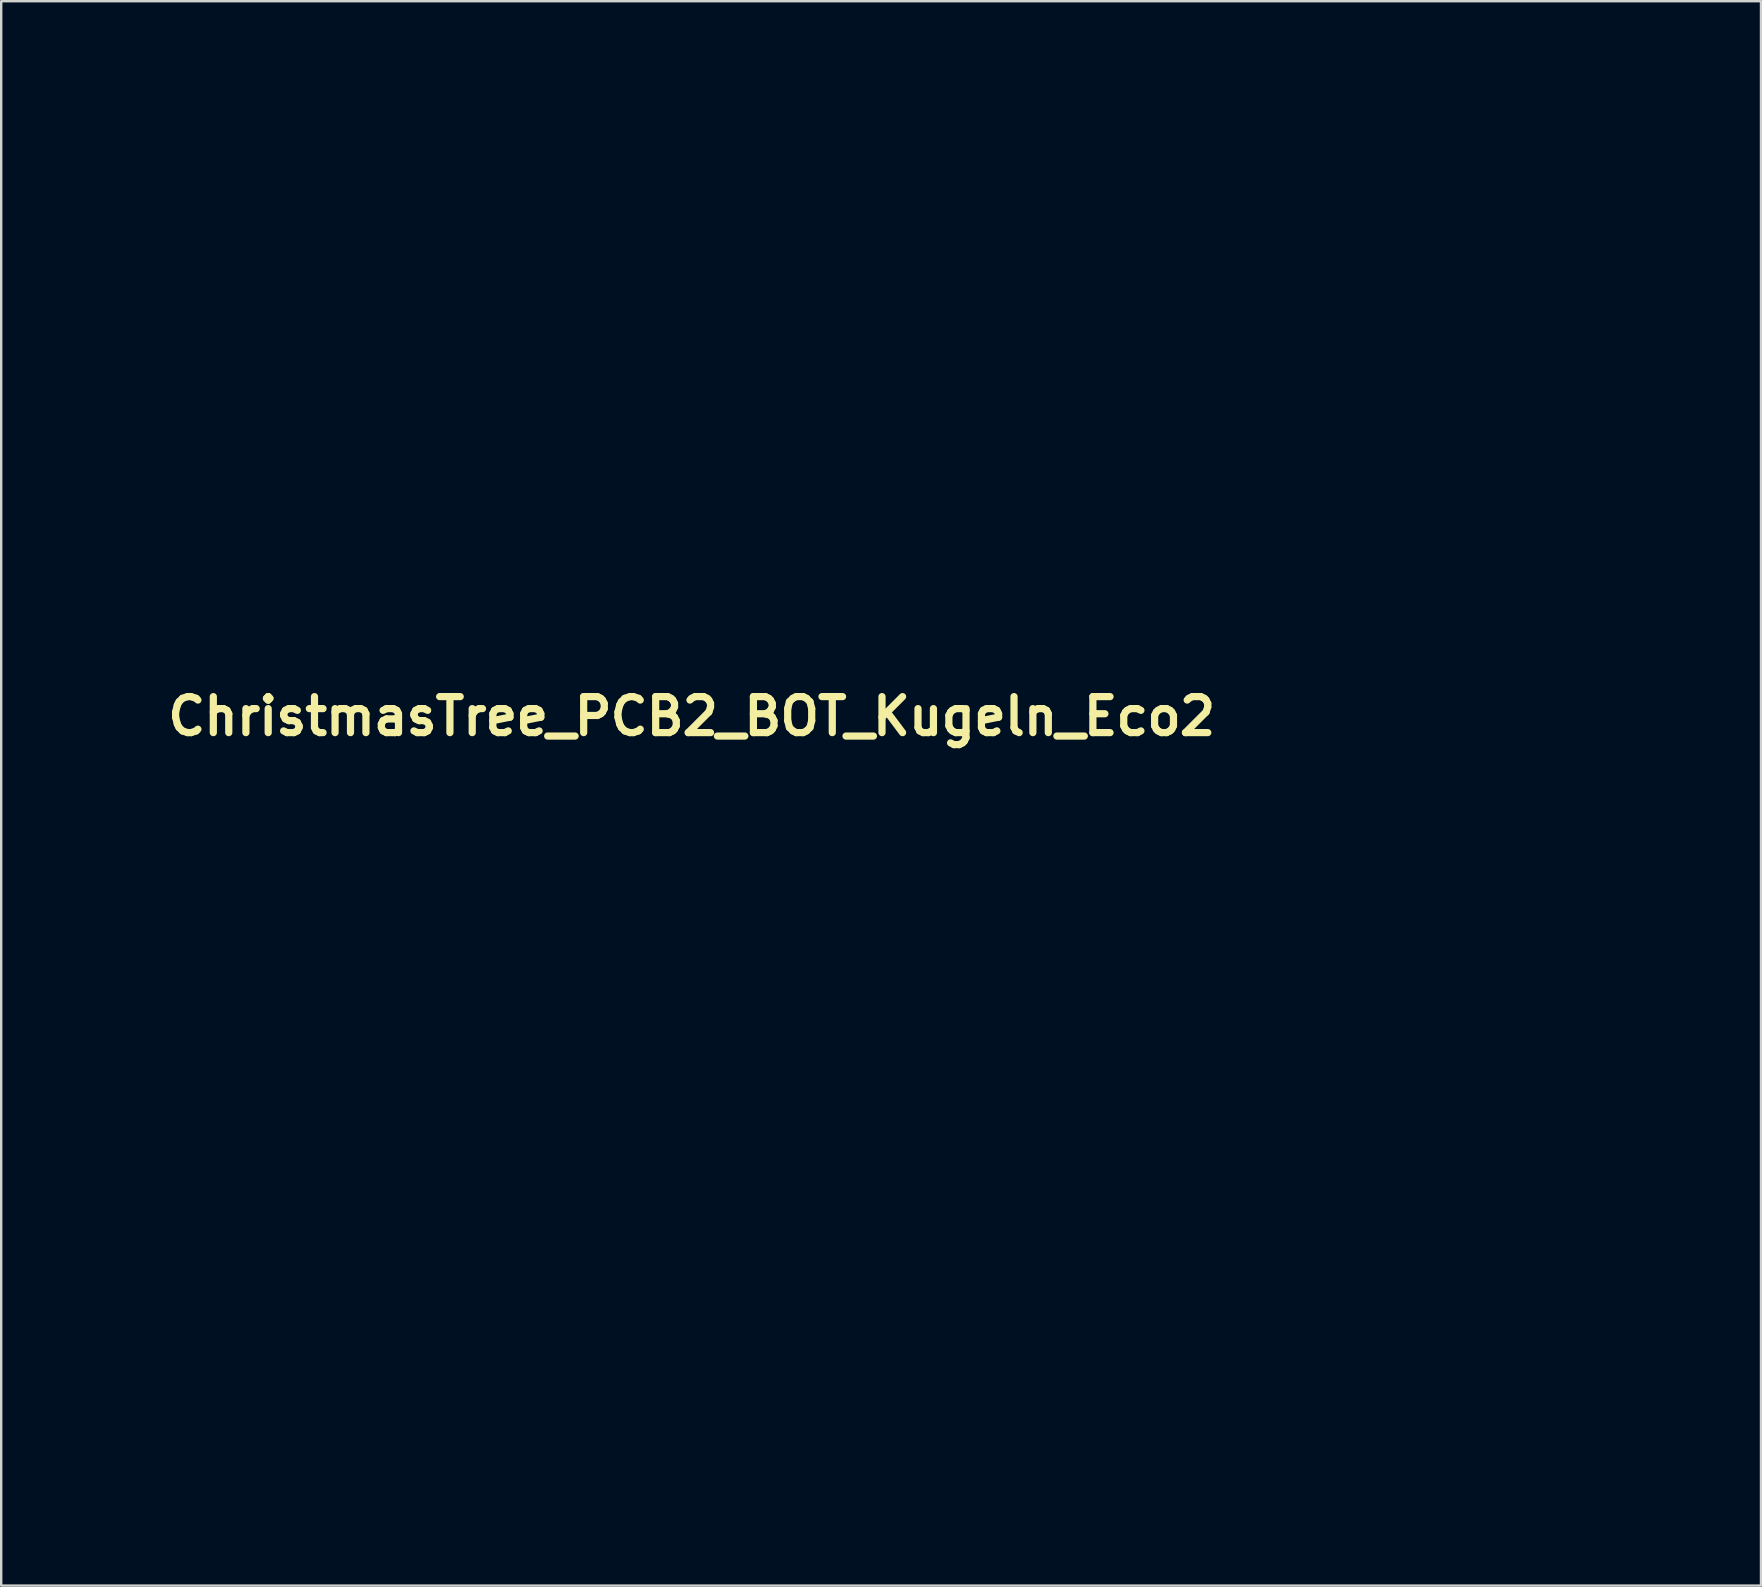
<source format=kicad_pcb>
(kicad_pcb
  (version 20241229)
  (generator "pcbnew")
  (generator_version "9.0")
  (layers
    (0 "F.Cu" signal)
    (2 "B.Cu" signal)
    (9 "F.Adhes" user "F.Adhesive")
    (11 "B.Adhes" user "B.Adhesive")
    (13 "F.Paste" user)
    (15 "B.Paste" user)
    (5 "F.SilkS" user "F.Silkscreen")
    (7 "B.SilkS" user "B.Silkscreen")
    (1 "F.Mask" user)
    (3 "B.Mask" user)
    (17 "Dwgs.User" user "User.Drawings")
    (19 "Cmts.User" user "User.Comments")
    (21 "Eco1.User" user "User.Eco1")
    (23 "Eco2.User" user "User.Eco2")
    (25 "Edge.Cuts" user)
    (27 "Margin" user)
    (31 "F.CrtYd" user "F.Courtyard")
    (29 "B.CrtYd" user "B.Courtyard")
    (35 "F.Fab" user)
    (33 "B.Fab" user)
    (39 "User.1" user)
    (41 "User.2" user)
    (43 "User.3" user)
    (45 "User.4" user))
  (footprint "ChristmasTree_PCB2_BOT_Kugeln_Eco2"
    (layer "F.Cu")
    (at 33.411 30.171)
    (property "Reference" "ChristmasTree_PCB2_BOT_Kugeln_Eco2" (at -7.645 -3.378 0) (layer "F.SilkS") (effects (font (size 1.5 1.5) (thickness 0.3))))
    (attr board_only exclude_from_pos_files exclude_from_bom)
    (fp_poly (pts (xy 28.946 14.153) (xy 29.088 14.159) (xy 29.082 15.259) (xy 29.08 15.539) (xy 29.078 15.78) (xy 29.075 15.981) (xy 29.071 16.143) (xy 29.066 16.264) (xy 29.061 16.344) (xy 29.056 16.382) (xy 29.054 16.385) (xy 29.017 16.403) (xy 28.956 16.409) (xy 28.885 16.402) (xy 28.865 16.397) (xy 28.832 16.371) (xy 28.818 16.342) (xy 28.816 16.312) (xy 28.813 16.244) (xy 28.811 16.142) (xy 28.809 16.011) (xy 28.808 15.854) (xy 28.807 15.676) (xy 28.806 15.481) (xy 28.805 15.273) (xy 28.805 15.221) (xy 28.805 14.147)) (stroke (width 0) (type solid)) (fill yes) (layer "F.Mask"))
    (fp_poly (pts (xy -27.871 -22.868) (xy -27.647 -22.868) (xy -27.411 -22.867) (xy -27.34 -22.867) (xy -25.971 -22.862) (xy -25.976 -21.387) (xy -25.982 -19.912) (xy -27.415 -19.909) (xy -28.848 -19.907) (xy -28.859 -19.952) (xy -28.86 -19.98) (xy -28.862 -20.047) (xy -28.863 -20.149) (xy -28.864 -20.283) (xy -28.865 -20.444) (xy -28.865 -20.63) (xy -28.865 -20.837) (xy -28.865 -21.061) (xy -28.864 -21.298) (xy -28.864 -21.424) (xy -28.858 -22.852) (xy -28.784 -22.862) (xy -28.75 -22.864) (xy -28.678 -22.865) (xy -28.571 -22.867) (xy -28.433 -22.867) (xy -28.268 -22.868) (xy -28.08 -22.868)) (stroke (width 0) (type solid)) (fill yes) (layer "F.Mask"))
    (fp_poly (pts (xy 26.928 14.153) (xy 27.06 14.159) (xy 27.066 15.213) (xy 27.066 15.422) (xy 27.066 15.621) (xy 27.066 15.803) (xy 27.065 15.966) (xy 27.063 16.105) (xy 27.06 16.215) (xy 27.058 16.292) (xy 27.054 16.332) (xy 27.054 16.334) (xy 27.04 16.374) (xy 27.017 16.395) (xy 26.973 16.404) (xy 26.931 16.407) (xy 26.868 16.408) (xy 26.822 16.403) (xy 26.811 16.399) (xy 26.808 16.375) (xy 26.805 16.313) (xy 26.803 16.217) (xy 26.801 16.091) (xy 26.799 15.938) (xy 26.797 15.762) (xy 26.796 15.568) (xy 26.796 15.36) (xy 26.796 15.265) (xy 26.796 14.147)) (stroke (width 0) (type solid)) (fill yes) (layer "F.Mask"))
    (fp_poly (pts (xy -25.976 -23.893) (xy -25.971 -23.052) (xy -27.42 -23.052) (xy -28.869 -23.052) (xy -28.863 -23.883) (xy -27.873 -23.883) (xy -27.855 -23.763) (xy -27.806 -23.651) (xy -27.728 -23.555) (xy -27.623 -23.481) (xy -27.522 -23.444) (xy -27.397 -23.43) (xy -27.275 -23.457) (xy -27.188 -23.499) (xy -27.13 -23.544) (xy -27.071 -23.607) (xy -27.047 -23.638) (xy -26.988 -23.757) (xy -26.966 -23.88) (xy -26.979 -24) (xy -27.024 -24.111) (xy -27.096 -24.207) (xy -27.192 -24.281) (xy -27.31 -24.328) (xy -27.424 -24.342) (xy -27.537 -24.333) (xy -27.627 -24.303) (xy -27.709 -24.244) (xy -27.724 -24.23) (xy -27.809 -24.124) (xy -27.858 -24.006) (xy -27.873 -23.883) (xy -28.863 -23.883) (xy -28.863 -23.887) (xy -28.858 -24.722) (xy -27.42 -24.728) (xy -25.982 -24.734)) (stroke (width 0) (type solid)) (fill yes) (layer "F.Mask"))
    (fp_poly (pts (xy 7.086 -0.919) (xy 7.282 -0.919) (xy 7.45 -0.918) (xy 7.589 -0.917) (xy 7.694 -0.917) (xy 7.764 -0.915) (xy 7.795 -0.914) (xy 7.796 -0.914) (xy 7.843 -0.886) (xy 7.874 -0.831) (xy 7.887 -0.762) (xy 7.879 -0.693) (xy 7.848 -0.636) (xy 7.846 -0.634) (xy 7.838 -0.627) (xy 7.828 -0.621) (xy 7.813 -0.615) (xy 7.79 -0.611) (xy 7.758 -0.607) (xy 7.712 -0.603) (xy 7.651 -0.6) (xy 7.573 -0.598) (xy 7.474 -0.596) (xy 7.352 -0.595) (xy 7.204 -0.594) (xy 7.027 -0.593) (xy 6.82 -0.593) (xy 6.58 -0.592) (xy 6.303 -0.592) (xy 5.988 -0.592) (xy 5.852 -0.592) (xy 5.507 -0.592) (xy 5.203 -0.593) (xy 4.937 -0.593) (xy 4.706 -0.594) (xy 4.509 -0.595) (xy 4.342 -0.597) (xy 4.205 -0.599) (xy 4.094 -0.601) (xy 4.008 -0.604) (xy 3.943 -0.607) (xy 3.899 -0.611) (xy 3.872 -0.616) (xy 3.862 -0.619) (xy 3.828 -0.667) (xy 3.813 -0.736) (xy 3.817 -0.808) (xy 3.842 -0.864) (xy 3.881 -0.912) (xy 5.816 -0.918) (xy 6.099 -0.918) (xy 6.371 -0.919) (xy 6.628 -0.919) (xy 6.867 -0.919)) (stroke (width 0) (type solid)) (fill yes) (layer "F.Mask"))
    (fp_poly (pts (xy 5.874 -3.908) (xy 6.219 -3.907) (xy 6.524 -3.905) (xy 6.792 -3.904) (xy 7.023 -3.902) (xy 7.221 -3.9) (xy 7.387 -3.897) (xy 7.524 -3.895) (xy 7.634 -3.892) (xy 7.719 -3.889) (xy 7.781 -3.885) (xy 7.822 -3.881) (xy 7.845 -3.877) (xy 7.851 -3.874) (xy 7.867 -3.836) (xy 7.875 -3.774) (xy 7.874 -3.704) (xy 7.866 -3.641) (xy 7.85 -3.599) (xy 7.843 -3.593) (xy 7.819 -3.59) (xy 7.754 -3.588) (xy 7.654 -3.586) (xy 7.52 -3.583) (xy 7.356 -3.581) (xy 7.164 -3.579) (xy 6.949 -3.578) (xy 6.712 -3.576) (xy 6.456 -3.575) (xy 6.186 -3.575) (xy 5.903 -3.575) (xy 5.854 -3.575) (xy 3.893 -3.574) (xy 3.85 -3.62) (xy 3.812 -3.688) (xy 3.807 -3.765) (xy 3.817 -3.793) (xy 6.862 -3.793) (xy 6.886 -3.789) (xy 6.916 -3.787) (xy 7.064 -3.779) (xy 7.207 -3.773) (xy 7.336 -3.77) (xy 7.447 -3.77) (xy 7.532 -3.773) (xy 7.586 -3.779) (xy 7.603 -3.786) (xy 7.588 -3.793) (xy 7.53 -3.799) (xy 7.432 -3.802) (xy 7.294 -3.803) (xy 7.176 -3.803) (xy 7.035 -3.801) (xy 6.936 -3.799) (xy 6.878 -3.796) (xy 6.862 -3.793) (xy 3.817 -3.793) (xy 3.833 -3.836) (xy 3.865 -3.871) (xy 3.923 -3.916)) (stroke (width 0) (type solid)) (fill yes) (layer "F.Mask"))
    (fp_poly (pts (xy 7.289 1.167) (xy 7.349 1.174) (xy 7.355 1.591) (xy 7.357 1.735) (xy 7.36 1.841) (xy 7.363 1.916) (xy 7.369 1.965) (xy 7.376 1.993) (xy 7.385 2.006) (xy 7.397 2.009) (xy 7.41 2.006) (xy 7.419 1.993) (xy 7.426 1.965) (xy 7.429 1.917) (xy 7.431 1.842) (xy 7.43 1.735) (xy 7.429 1.608) (xy 7.428 1.452) (xy 7.43 1.335) (xy 7.435 1.254) (xy 7.444 1.204) (xy 7.457 1.183) (xy 7.474 1.186) (xy 7.48 1.191) (xy 7.483 1.215) (xy 7.486 1.274) (xy 7.488 1.362) (xy 7.49 1.472) (xy 7.49 1.598) (xy 7.49 1.604) (xy 7.49 1.747) (xy 7.488 1.855) (xy 7.484 1.935) (xy 7.478 1.994) (xy 7.469 2.039) (xy 7.456 2.077) (xy 7.446 2.101) (xy 7.421 2.17) (xy 7.407 2.248) (xy 7.402 2.352) (xy 7.402 2.378) (xy 7.402 2.559) (xy 7.296 2.559) (xy 7.191 2.559) (xy 7.191 2.34) (xy 7.189 2.233) (xy 7.184 2.161) (xy 7.174 2.117) (xy 7.159 2.094) (xy 7.159 2.094) (xy 7.148 2.078) (xy 7.14 2.049) (xy 7.134 2.001) (xy 7.13 1.928) (xy 7.128 1.826) (xy 7.127 1.689) (xy 7.127 1.626) (xy 7.127 1.185) (xy 7.178 1.173) (xy 7.238 1.165)) (stroke (width 0) (type solid)) (fill yes) (layer "F.Mask"))
    (fp_poly (pts (xy -28.367 -19.804) (xy -28.284 -19.8) (xy -28.245 -19.798) (xy -28.054 -19.785) (xy -28.048 -19.37) (xy -28.043 -18.955) (xy -28.096 -18.92) (xy -28.149 -18.885) (xy -28.149 -17.718) (xy -28.149 -17.462) (xy -28.15 -17.245) (xy -28.151 -17.064) (xy -28.152 -16.914) (xy -28.154 -16.793) (xy -28.156 -16.696) (xy -28.16 -16.621) (xy -28.164 -16.563) (xy -28.169 -16.521) (xy -28.175 -16.489) (xy -28.183 -16.464) (xy -28.184 -16.46) (xy -28.211 -16.401) (xy -28.24 -16.374) (xy -28.269 -16.369) (xy -28.315 -16.385) (xy -28.341 -16.428) (xy -28.361 -16.481) (xy -28.374 -16.517) (xy -28.376 -16.544) (xy -28.378 -16.609) (xy -28.379 -16.708) (xy -28.381 -16.838) (xy -28.382 -16.995) (xy -28.383 -17.174) (xy -28.383 -17.371) (xy -28.383 -17.584) (xy -28.383 -17.728) (xy -28.383 -17.997) (xy -28.383 -18.234) (xy -28.385 -18.438) (xy -28.387 -18.608) (xy -28.389 -18.741) (xy -28.393 -18.836) (xy -28.397 -18.892) (xy -28.401 -18.907) (xy -28.431 -18.921) (xy -28.455 -18.94) (xy -28.466 -18.958) (xy -28.475 -18.988) (xy -28.481 -19.037) (xy -28.485 -19.109) (xy -28.487 -19.21) (xy -28.488 -19.347) (xy -28.488 -19.382) (xy -28.487 -19.533) (xy -28.485 -19.646) (xy -28.48 -19.725) (xy -28.474 -19.774) (xy -28.465 -19.798) (xy -28.461 -19.801) (xy -28.429 -19.804)) (stroke (width 0) (type solid)) (fill yes) (layer "F.Mask"))
    (fp_poly (pts (xy -27.308 -19.815) (xy -27.262 -19.805) (xy -27.231 -19.781) (xy -27.212 -19.737) (xy -27.202 -19.67) (xy -27.198 -19.572) (xy -27.198 -19.441) (xy -27.198 -19.362) (xy -27.198 -18.951) (xy -27.251 -18.916) (xy -27.303 -18.881) (xy -27.305 -17.705) (xy -27.306 -17.432) (xy -27.307 -17.199) (xy -27.308 -17.003) (xy -27.311 -16.842) (xy -27.313 -16.712) (xy -27.317 -16.611) (xy -27.321 -16.536) (xy -27.327 -16.485) (xy -27.333 -16.456) (xy -27.333 -16.454) (xy -27.368 -16.394) (xy -27.411 -16.372) (xy -27.458 -16.391) (xy -27.487 -16.425) (xy -27.495 -16.44) (xy -27.502 -16.459) (xy -27.508 -16.487) (xy -27.513 -16.526) (xy -27.517 -16.579) (xy -27.52 -16.651) (xy -27.523 -16.745) (xy -27.525 -16.863) (xy -27.527 -17.009) (xy -27.528 -17.188) (xy -27.53 -17.401) (xy -27.531 -17.653) (xy -27.531 -17.694) (xy -27.533 -17.951) (xy -27.534 -18.169) (xy -27.535 -18.35) (xy -27.537 -18.5) (xy -27.538 -18.62) (xy -27.541 -18.714) (xy -27.544 -18.785) (xy -27.547 -18.837) (xy -27.552 -18.873) (xy -27.557 -18.896) (xy -27.564 -18.909) (xy -27.572 -18.915) (xy -27.578 -18.918) (xy -27.6 -18.93) (xy -27.616 -18.954) (xy -27.628 -18.994) (xy -27.635 -19.057) (xy -27.639 -19.146) (xy -27.639 -19.268) (xy -27.638 -19.426) (xy -27.637 -19.436) (xy -27.631 -19.806) (xy -27.457 -19.812) (xy -27.372 -19.815)) (stroke (width 0) (type solid)) (fill yes) (layer "F.Mask"))
    (fp_poly (pts (xy 4.613 1.167) (xy 4.663 1.174) (xy 4.669 1.591) (xy 4.672 1.744) (xy 4.676 1.857) (xy 4.681 1.937) (xy 4.688 1.985) (xy 4.696 2.007) (xy 4.701 2.009) (xy 4.711 1.998) (xy 4.718 1.963) (xy 4.722 1.9) (xy 4.725 1.804) (xy 4.726 1.671) (xy 4.726 1.619) (xy 4.727 1.474) (xy 4.729 1.362) (xy 4.734 1.285) (xy 4.741 1.246) (xy 4.745 1.242) (xy 4.757 1.238) (xy 4.752 1.22) (xy 4.75 1.19) (xy 4.759 1.184) (xy 4.772 1.203) (xy 4.781 1.251) (xy 4.782 1.274) (xy 4.785 1.357) (xy 4.79 1.445) (xy 4.791 1.459) (xy 4.793 1.544) (xy 4.791 1.646) (xy 4.785 1.755) (xy 4.777 1.864) (xy 4.768 1.963) (xy 4.756 2.044) (xy 4.745 2.098) (xy 4.736 2.116) (xy 4.72 2.145) (xy 4.708 2.212) (xy 4.7 2.319) (xy 4.699 2.341) (xy 4.694 2.43) (xy 4.688 2.503) (xy 4.681 2.549) (xy 4.677 2.56) (xy 4.649 2.565) (xy 4.597 2.562) (xy 4.579 2.56) (xy 4.494 2.548) (xy 4.488 2.334) (xy 4.483 2.224) (xy 4.475 2.15) (xy 4.462 2.107) (xy 4.451 2.093) (xy 4.44 2.077) (xy 4.432 2.047) (xy 4.427 1.996) (xy 4.423 1.921) (xy 4.421 1.814) (xy 4.42 1.672) (xy 4.42 1.627) (xy 4.42 1.186) (xy 4.491 1.173) (xy 4.557 1.166)) (stroke (width 0) (type solid)) (fill yes) (layer "F.Mask"))
    (fp_poly (pts (xy 5.877 -3.056) (xy 7.815 -3.044) (xy 7.854 -2.998) (xy 7.879 -2.953) (xy 7.884 -2.896) (xy 7.88 -2.859) (xy 7.87 -2.798) (xy 7.859 -2.755) (xy 7.856 -2.748) (xy 7.833 -2.744) (xy 7.77 -2.742) (xy 7.669 -2.739) (xy 7.532 -2.736) (xy 7.361 -2.734) (xy 7.159 -2.732) (xy 6.927 -2.731) (xy 6.668 -2.73) (xy 6.384 -2.729) (xy 6.076 -2.728) (xy 5.868 -2.728) (xy 5.534 -2.728) (xy 5.24 -2.728) (xy 4.984 -2.729) (xy 4.762 -2.729) (xy 4.572 -2.73) (xy 4.411 -2.73) (xy 4.277 -2.732) (xy 4.167 -2.733) (xy 4.079 -2.735) (xy 4.011 -2.738) (xy 3.958 -2.741) (xy 3.92 -2.745) (xy 3.892 -2.749) (xy 3.874 -2.754) (xy 3.862 -2.76) (xy 3.853 -2.767) (xy 3.849 -2.771) (xy 3.812 -2.832) (xy 3.817 -2.902) (xy 3.84 -2.942) (xy 6.804 -2.942) (xy 6.81 -2.94) (xy 6.862 -2.933) (xy 6.943 -2.928) (xy 7.045 -2.925) (xy 7.16 -2.923) (xy 7.28 -2.922) (xy 7.396 -2.923) (xy 7.5 -2.926) (xy 7.583 -2.93) (xy 7.639 -2.935) (xy 7.656 -2.94) (xy 7.648 -2.947) (xy 7.597 -2.952) (xy 7.506 -2.956) (xy 7.373 -2.958) (xy 7.212 -2.958) (xy 7.079 -2.956) (xy 6.967 -2.954) (xy 6.881 -2.951) (xy 6.825 -2.947) (xy 6.804 -2.942) (xy 3.84 -2.942) (xy 3.863 -2.98) (xy 3.873 -2.992) (xy 3.939 -3.068)) (stroke (width 0) (type solid)) (fill yes) (layer "F.Mask"))
    (fp_poly (pts (xy 7.859 -2.569) (xy 7.879 -2.514) (xy 7.884 -2.445) (xy 7.874 -2.379) (xy 7.852 -2.332) (xy 7.843 -2.324) (xy 7.818 -2.321) (xy 7.754 -2.319) (xy 7.653 -2.316) (xy 7.52 -2.314) (xy 7.356 -2.312) (xy 7.164 -2.31) (xy 6.949 -2.309) (xy 6.712 -2.308) (xy 6.456 -2.307) (xy 6.186 -2.306) (xy 5.903 -2.306) (xy 5.853 -2.306) (xy 5.521 -2.306) (xy 5.228 -2.306) (xy 4.973 -2.306) (xy 4.752 -2.306) (xy 4.563 -2.307) (xy 4.404 -2.308) (xy 4.271 -2.309) (xy 4.162 -2.31) (xy 4.075 -2.312) (xy 4.007 -2.315) (xy 3.956 -2.318) (xy 3.918 -2.322) (xy 3.891 -2.326) (xy 3.873 -2.332) (xy 3.861 -2.338) (xy 3.852 -2.344) (xy 3.849 -2.348) (xy 3.813 -2.411) (xy 3.809 -2.485) (xy 3.823 -2.519) (xy 6.809 -2.519) (xy 6.821 -2.517) (xy 6.888 -2.51) (xy 6.98 -2.505) (xy 7.088 -2.502) (xy 7.205 -2.499) (xy 7.323 -2.499) (xy 7.436 -2.5) (xy 7.535 -2.502) (xy 7.613 -2.506) (xy 7.663 -2.511) (xy 7.677 -2.517) (xy 7.656 -2.524) (xy 7.595 -2.53) (xy 7.495 -2.533) (xy 7.358 -2.535) (xy 7.196 -2.535) (xy 7.059 -2.533) (xy 6.948 -2.531) (xy 6.867 -2.527) (xy 6.819 -2.524) (xy 6.809 -2.519) (xy 3.823 -2.519) (xy 3.836 -2.554) (xy 3.856 -2.576) (xy 3.905 -2.622) (xy 5.864 -2.622) (xy 7.824 -2.622)) (stroke (width 0) (type solid)) (fill yes) (layer "F.Mask"))
    (fp_poly (pts (xy 6.974 -1.339) (xy 7.166 -1.339) (xy 7.328 -1.338) (xy 7.463 -1.337) (xy 7.573 -1.335) (xy 7.66 -1.333) (xy 7.727 -1.33) (xy 7.777 -1.327) (xy 7.811 -1.323) (xy 7.833 -1.319) (xy 7.845 -1.314) (xy 7.847 -1.311) (xy 7.882 -1.22) (xy 7.88 -1.114) (xy 7.88 -1.113) (xy 7.871 -1.074) (xy 7.854 -1.051) (xy 7.818 -1.039) (xy 7.754 -1.03) (xy 7.737 -1.029) (xy 7.691 -1.026) (xy 7.608 -1.024) (xy 7.492 -1.022) (xy 7.346 -1.02) (xy 7.174 -1.019) (xy 6.981 -1.018) (xy 6.769 -1.017) (xy 6.543 -1.017) (xy 6.305 -1.016) (xy 6.06 -1.016) (xy 5.812 -1.017) (xy 5.564 -1.017) (xy 5.32 -1.018) (xy 5.083 -1.019) (xy 4.857 -1.021) (xy 4.647 -1.022) (xy 4.455 -1.024) (xy 4.285 -1.026) (xy 4.142 -1.028) (xy 4.028 -1.03) (xy 3.947 -1.033) (xy 3.904 -1.035) (xy 3.898 -1.036) (xy 3.845 -1.078) (xy 3.814 -1.141) (xy 3.807 -1.212) (xy 3.827 -1.276) (xy 3.846 -1.298) (xy 3.855 -1.304) (xy 3.87 -1.309) (xy 3.893 -1.314) (xy 3.927 -1.318) (xy 3.974 -1.322) (xy 4.037 -1.325) (xy 4.119 -1.327) (xy 4.221 -1.33) (xy 4.347 -1.331) (xy 4.5 -1.333) (xy 4.68 -1.334) (xy 4.893 -1.335) (xy 5.138 -1.336) (xy 5.421 -1.337) (xy 5.742 -1.338) (xy 5.856 -1.338) (xy 6.193 -1.339) (xy 6.49 -1.339) (xy 6.749 -1.34)) (stroke (width 0) (type solid)) (fill yes) (layer "F.Mask"))
    (fp_poly (pts (xy 5.481 -3.477) (xy 5.807 -3.477) (xy 5.854 -3.477) (xy 7.811 -3.475) (xy 7.852 -3.424) (xy 7.88 -3.375) (xy 7.885 -3.311) (xy 7.883 -3.283) (xy 7.873 -3.223) (xy 7.862 -3.183) (xy 7.858 -3.177) (xy 7.835 -3.174) (xy 7.773 -3.172) (xy 7.674 -3.17) (xy 7.542 -3.168) (xy 7.38 -3.166) (xy 7.19 -3.164) (xy 6.975 -3.162) (xy 6.739 -3.16) (xy 6.485 -3.159) (xy 6.214 -3.157) (xy 5.931 -3.156) (xy 5.868 -3.156) (xy 3.894 -3.151) (xy 3.85 -3.197) (xy 3.815 -3.261) (xy 3.807 -3.336) (xy 3.815 -3.365) (xy 6.813 -3.365) (xy 6.821 -3.363) (xy 6.877 -3.356) (xy 6.96 -3.351) (xy 7.062 -3.348) (xy 7.175 -3.345) (xy 7.293 -3.344) (xy 7.407 -3.345) (xy 7.51 -3.347) (xy 7.594 -3.351) (xy 7.653 -3.356) (xy 7.677 -3.362) (xy 7.677 -3.363) (xy 7.656 -3.37) (xy 7.595 -3.376) (xy 7.495 -3.379) (xy 7.359 -3.381) (xy 7.207 -3.381) (xy 7.074 -3.379) (xy 6.963 -3.377) (xy 6.88 -3.374) (xy 6.829 -3.37) (xy 6.813 -3.365) (xy 3.815 -3.365) (xy 3.826 -3.406) (xy 3.851 -3.439) (xy 3.86 -3.446) (xy 3.872 -3.452) (xy 3.889 -3.457) (xy 3.915 -3.461) (xy 3.951 -3.465) (xy 4.001 -3.468) (xy 4.067 -3.471) (xy 4.151 -3.473) (xy 4.257 -3.475) (xy 4.386 -3.476) (xy 4.542 -3.477) (xy 4.727 -3.477) (xy 4.943 -3.478) (xy 5.193 -3.478)) (stroke (width 0) (type solid)) (fill yes) (layer "F.Mask"))
    (fp_poly (pts (xy 7.857 -2.144) (xy 7.879 -2.084) (xy 7.883 -2.009) (xy 7.871 -1.939) (xy 7.847 -1.896) (xy 7.823 -1.892) (xy 7.759 -1.888) (xy 7.661 -1.885) (xy 7.53 -1.882) (xy 7.371 -1.88) (xy 7.187 -1.877) (xy 6.981 -1.875) (xy 6.757 -1.873) (xy 6.518 -1.872) (xy 6.268 -1.871) (xy 6.009 -1.87) (xy 5.747 -1.87) (xy 5.483 -1.87) (xy 5.222 -1.87) (xy 4.967 -1.872) (xy 4.721 -1.873) (xy 4.488 -1.875) (xy 4.304 -1.877) (xy 4.16 -1.879) (xy 4.052 -1.881) (xy 3.974 -1.885) (xy 3.921 -1.89) (xy 3.886 -1.897) (xy 3.864 -1.908) (xy 3.848 -1.922) (xy 3.844 -1.927) (xy 3.811 -1.996) (xy 3.811 -2.072) (xy 3.827 -2.104) (xy 6.704 -2.104) (xy 6.709 -2.094) (xy 6.727 -2.086) (xy 6.763 -2.08) (xy 6.822 -2.077) (xy 6.908 -2.074) (xy 7.027 -2.073) (xy 7.183 -2.073) (xy 7.189 -2.073) (xy 7.328 -2.073) (xy 7.453 -2.075) (xy 7.557 -2.079) (xy 7.634 -2.083) (xy 7.678 -2.088) (xy 7.686 -2.091) (xy 7.673 -2.103) (xy 7.622 -2.114) (xy 7.534 -2.123) (xy 7.412 -2.13) (xy 7.261 -2.134) (xy 7.082 -2.136) (xy 7.058 -2.136) (xy 6.926 -2.135) (xy 6.831 -2.134) (xy 6.767 -2.13) (xy 6.728 -2.124) (xy 6.709 -2.115) (xy 6.704 -2.104) (xy 3.827 -2.104) (xy 3.843 -2.14) (xy 3.856 -2.154) (xy 3.905 -2.2) (xy 5.863 -2.2) (xy 7.82 -2.2)) (stroke (width 0) (type solid)) (fill yes) (layer "F.Mask"))
    (fp_poly (pts (xy 4.849 -4.756) (xy 5.082 -4.756) (xy 5.349 -4.755) (xy 5.654 -4.754) (xy 5.874 -4.754) (xy 6.205 -4.753) (xy 6.497 -4.752) (xy 6.752 -4.751) (xy 6.972 -4.75) (xy 7.161 -4.748) (xy 7.319 -4.747) (xy 7.451 -4.745) (xy 7.559 -4.743) (xy 7.645 -4.741) (xy 7.712 -4.738) (xy 7.763 -4.735) (xy 7.799 -4.731) (xy 7.824 -4.727) (xy 7.841 -4.721) (xy 7.851 -4.715) (xy 7.857 -4.709) (xy 7.859 -4.707) (xy 7.879 -4.655) (xy 7.888 -4.585) (xy 7.882 -4.519) (xy 7.871 -4.488) (xy 7.852 -4.469) (xy 7.819 -4.454) (xy 7.768 -4.442) (xy 7.694 -4.433) (xy 7.595 -4.428) (xy 7.466 -4.425) (xy 7.302 -4.424) (xy 7.117 -4.425) (xy 6.984 -4.426) (xy 6.816 -4.427) (xy 6.617 -4.429) (xy 6.394 -4.43) (xy 6.154 -4.431) (xy 5.901 -4.433) (xy 5.643 -4.434) (xy 5.384 -4.435) (xy 5.204 -4.436) (xy 4.927 -4.437) (xy 4.688 -4.438) (xy 4.486 -4.439) (xy 4.318 -4.441) (xy 4.18 -4.444) (xy 4.069 -4.448) (xy 3.982 -4.454) (xy 3.917 -4.461) (xy 3.87 -4.471) (xy 3.838 -4.483) (xy 3.819 -4.499) (xy 3.81 -4.517) (xy 3.806 -4.539) (xy 3.806 -4.565) (xy 3.807 -4.591) (xy 3.816 -4.657) (xy 3.851 -4.705) (xy 3.863 -4.715) (xy 3.873 -4.723) (xy 3.884 -4.729) (xy 3.9 -4.735) (xy 3.922 -4.74) (xy 3.953 -4.744) (xy 3.996 -4.747) (xy 4.054 -4.75) (xy 4.128 -4.752) (xy 4.223 -4.754) (xy 4.339 -4.755) (xy 4.481 -4.756) (xy 4.65 -4.756)) (stroke (width 0) (type solid)) (fill yes) (layer "F.Mask"))
    (fp_poly (pts (xy 5.858 -4.33) (xy 6.141 -4.328) (xy 6.413 -4.326) (xy 6.669 -4.324) (xy 6.908 -4.322) (xy 7.126 -4.32) (xy 7.321 -4.317) (xy 7.488 -4.315) (xy 7.626 -4.312) (xy 7.731 -4.31) (xy 7.799 -4.307) (xy 7.829 -4.305) (xy 7.83 -4.305) (xy 7.866 -4.273) (xy 7.879 -4.247) (xy 7.884 -4.192) (xy 7.876 -4.122) (xy 7.859 -4.056) (xy 7.842 -4.024) (xy 7.83 -4.019) (xy 7.8 -4.015) (xy 7.751 -4.011) (xy 7.681 -4.008) (xy 7.586 -4.006) (xy 7.466 -4.004) (xy 7.317 -4.002) (xy 7.137 -4.001) (xy 6.925 -4) (xy 6.678 -4) (xy 6.394 -4) (xy 6.07 -4.001) (xy 5.946 -4.001) (xy 5.665 -4.002) (xy 5.395 -4.002) (xy 5.139 -4.003) (xy 4.9 -4.004) (xy 4.681 -4.005) (xy 4.485 -4.007) (xy 4.316 -4.008) (xy 4.177 -4.009) (xy 4.07 -4.01) (xy 4 -4.012) (xy 3.971 -4.013) (xy 3.885 -4.032) (xy 3.831 -4.077) (xy 3.808 -4.15) (xy 3.807 -4.18) (xy 3.816 -4.222) (xy 6.736 -4.222) (xy 6.905 -4.209) (xy 7.019 -4.201) (xy 7.142 -4.196) (xy 7.265 -4.193) (xy 7.381 -4.192) (xy 7.481 -4.193) (xy 7.558 -4.197) (xy 7.603 -4.203) (xy 7.61 -4.206) (xy 7.608 -4.217) (xy 7.572 -4.227) (xy 7.513 -4.235) (xy 7.439 -4.24) (xy 7.359 -4.241) (xy 7.328 -4.24) (xy 7.273 -4.238) (xy 7.188 -4.235) (xy 7.085 -4.232) (xy 6.99 -4.229) (xy 6.736 -4.222) (xy 3.816 -4.222) (xy 3.822 -4.246) (xy 3.865 -4.294) (xy 3.923 -4.34)) (stroke (width 0) (type solid)) (fill yes) (layer "F.Mask"))
    (fp_poly (pts (xy 5.875 -1.767) (xy 6.208 -1.765) (xy 6.501 -1.763) (xy 6.756 -1.761) (xy 6.977 -1.76) (xy 7.166 -1.758) (xy 7.325 -1.756) (xy 7.458 -1.754) (xy 7.566 -1.751) (xy 7.652 -1.749) (xy 7.719 -1.746) (xy 7.77 -1.742) (xy 7.806 -1.738) (xy 7.831 -1.733) (xy 7.846 -1.728) (xy 7.856 -1.722) (xy 7.859 -1.719) (xy 7.882 -1.661) (xy 7.886 -1.587) (xy 7.873 -1.517) (xy 7.859 -1.49) (xy 7.853 -1.483) (xy 7.843 -1.477) (xy 7.829 -1.471) (xy 7.806 -1.467) (xy 7.772 -1.463) (xy 7.725 -1.459) (xy 7.662 -1.456) (xy 7.581 -1.454) (xy 7.478 -1.452) (xy 7.352 -1.45) (xy 7.199 -1.449) (xy 7.017 -1.448) (xy 6.804 -1.447) (xy 6.556 -1.447) (xy 6.272 -1.446) (xy 5.949 -1.445) (xy 5.897 -1.445) (xy 5.614 -1.445) (xy 5.342 -1.445) (xy 5.085 -1.445) (xy 4.846 -1.445) (xy 4.627 -1.445) (xy 4.432 -1.446) (xy 4.263 -1.447) (xy 4.125 -1.448) (xy 4.019 -1.449) (xy 3.949 -1.45) (xy 3.919 -1.452) (xy 3.918 -1.452) (xy 3.858 -1.484) (xy 3.821 -1.54) (xy 3.807 -1.609) (xy 3.82 -1.674) (xy 6.744 -1.674) (xy 6.745 -1.672) (xy 6.776 -1.665) (xy 6.841 -1.66) (xy 6.931 -1.655) (xy 7.04 -1.652) (xy 7.16 -1.651) (xy 7.283 -1.65) (xy 7.402 -1.651) (xy 7.51 -1.654) (xy 7.598 -1.658) (xy 7.659 -1.663) (xy 7.687 -1.67) (xy 7.687 -1.67) (xy 7.673 -1.678) (xy 7.619 -1.684) (xy 7.524 -1.688) (xy 7.388 -1.691) (xy 7.211 -1.692) (xy 7.208 -1.692) (xy 7.047 -1.691) (xy 6.918 -1.688) (xy 6.823 -1.685) (xy 6.764 -1.68) (xy 6.744 -1.674) (xy 3.82 -1.674) (xy 3.821 -1.678) (xy 3.863 -1.733) (xy 3.92 -1.778)) (stroke (width 0) (type solid)) (fill yes) (layer "F.Mask"))
    (fp_poly (pts (xy -26.424 -19.815) (xy -26.359 -19.808) (xy -26.322 -19.795) (xy -26.309 -19.784) (xy -26.299 -19.762) (xy -26.293 -19.721) (xy -26.29 -19.656) (xy -26.29 -19.561) (xy -26.294 -19.432) (xy -26.296 -19.356) (xy -26.302 -19.215) (xy -26.307 -19.111) (xy -26.313 -19.037) (xy -26.321 -18.987) (xy -26.33 -18.955) (xy -26.342 -18.936) (xy -26.35 -18.928) (xy -26.359 -18.92) (xy -26.366 -18.906) (xy -26.372 -18.885) (xy -26.377 -18.852) (xy -26.382 -18.804) (xy -26.385 -18.738) (xy -26.389 -18.65) (xy -26.392 -18.537) (xy -26.395 -18.397) (xy -26.397 -18.225) (xy -26.4 -18.018) (xy -26.403 -17.772) (xy -26.404 -17.712) (xy -26.407 -17.442) (xy -26.412 -17.2) (xy -26.416 -16.987) (xy -26.421 -16.807) (xy -26.426 -16.66) (xy -26.431 -16.55) (xy -26.436 -16.478) (xy -26.441 -16.45) (xy -26.469 -16.383) (xy -26.505 -16.358) (xy -26.54 -16.368) (xy -26.568 -16.397) (xy -26.601 -16.444) (xy -26.602 -16.445) (xy -26.609 -16.462) (xy -26.616 -16.485) (xy -26.621 -16.518) (xy -26.626 -16.564) (xy -26.63 -16.626) (xy -26.633 -16.709) (xy -26.636 -16.815) (xy -26.638 -16.948) (xy -26.639 -17.111) (xy -26.641 -17.307) (xy -26.642 -17.54) (xy -26.643 -17.706) (xy -26.644 -17.961) (xy -26.646 -18.178) (xy -26.647 -18.359) (xy -26.649 -18.507) (xy -26.651 -18.626) (xy -26.653 -18.719) (xy -26.656 -18.79) (xy -26.66 -18.841) (xy -26.664 -18.875) (xy -26.67 -18.897) (xy -26.677 -18.91) (xy -26.684 -18.916) (xy -26.688 -18.917) (xy -26.722 -18.948) (xy -26.74 -18.998) (xy -26.743 -19.042) (xy -26.745 -19.117) (xy -26.745 -19.213) (xy -26.744 -19.323) (xy -26.742 -19.438) (xy -26.739 -19.55) (xy -26.735 -19.65) (xy -26.73 -19.73) (xy -26.725 -19.782) (xy -26.721 -19.796) (xy -26.696 -19.805) (xy -26.639 -19.812) (xy -26.56 -19.816) (xy -26.522 -19.817)) (stroke (width 0) (type solid)) (fill yes) (layer "F.Mask"))
    (fp_poly (pts (xy 28.1 12.692) (xy 28.36 12.693) (xy 28.418 12.693) (xy 28.702 12.694) (xy 28.947 12.696) (xy 29.156 12.697) (xy 29.331 12.699) (xy 29.475 12.701) (xy 29.593 12.703) (xy 29.685 12.706) (xy 29.757 12.709) (xy 29.81 12.713) (xy 29.847 12.718) (xy 29.872 12.723) (xy 29.888 12.729) (xy 29.896 12.735) (xy 29.914 12.773) (xy 29.929 12.845) (xy 29.942 12.941) (xy 29.951 13.052) (xy 29.956 13.169) (xy 29.956 13.283) (xy 29.95 13.385) (xy 29.949 13.396) (xy 29.928 13.519) (xy 29.895 13.613) (xy 29.844 13.69) (xy 29.806 13.73) (xy 29.784 13.751) (xy 29.762 13.769) (xy 29.739 13.785) (xy 29.71 13.798) (xy 29.672 13.809) (xy 29.623 13.818) (xy 29.56 13.825) (xy 29.478 13.831) (xy 29.376 13.835) (xy 29.249 13.839) (xy 29.095 13.841) (xy 28.911 13.843) (xy 28.693 13.845) (xy 28.439 13.847) (xy 28.208 13.848) (xy 26.796 13.856) (xy 26.796 13.479) (xy 26.795 13.324) (xy 26.791 13.207) (xy 26.784 13.121) (xy 26.771 13.062) (xy 26.751 13.024) (xy 26.724 13.002) (xy 26.686 12.992) (xy 26.661 12.989) (xy 26.58 12.996) (xy 26.54 13.019) (xy 26.526 13.035) (xy 26.515 13.058) (xy 26.508 13.094) (xy 26.503 13.149) (xy 26.501 13.23) (xy 26.5 13.342) (xy 26.5 13.441) (xy 26.499 13.587) (xy 26.496 13.696) (xy 26.492 13.77) (xy 26.485 13.815) (xy 26.476 13.834) (xy 26.473 13.836) (xy 26.439 13.838) (xy 26.378 13.834) (xy 26.323 13.828) (xy 26.183 13.793) (xy 26.075 13.729) (xy 25.997 13.636) (xy 25.948 13.513) (xy 25.934 13.43) (xy 25.928 13.343) (xy 25.926 13.236) (xy 25.928 13.119) (xy 25.934 13.004) (xy 25.943 12.9) (xy 25.954 12.818) (xy 25.966 12.771) (xy 25.989 12.715) (xy 26.482 12.701) (xy 26.591 12.698) (xy 26.737 12.696) (xy 26.914 12.694) (xy 27.118 12.693) (xy 27.344 12.692) (xy 27.587 12.691) (xy 27.84 12.691)) (stroke (width 0) (type solid)) (fill yes) (layer "F.Mask"))
    (fp_poly (pts (xy 28.187 8.375) (xy 28.504 8.376) (xy 28.785 8.377) (xy 29.028 8.378) (xy 29.233 8.381) (xy 29.399 8.384) (xy 29.525 8.388) (xy 29.611 8.392) (xy 29.655 8.397) (xy 29.657 8.397) (xy 29.76 8.446) (xy 29.849 8.528) (xy 29.913 8.631) (xy 29.919 8.646) (xy 29.926 8.665) (xy 29.932 8.689) (xy 29.937 8.718) (xy 29.942 8.757) (xy 29.945 8.808) (xy 29.949 8.873) (xy 29.951 8.956) (xy 29.953 9.06) (xy 29.955 9.186) (xy 29.956 9.339) (xy 29.957 9.521) (xy 29.957 9.735) (xy 29.957 9.983) (xy 29.958 10.269) (xy 29.958 10.501) (xy 29.958 10.818) (xy 29.957 11.097) (xy 29.957 11.338) (xy 29.956 11.545) (xy 29.955 11.721) (xy 29.953 11.868) (xy 29.952 11.988) (xy 29.949 12.086) (xy 29.946 12.162) (xy 29.943 12.22) (xy 29.939 12.263) (xy 29.934 12.292) (xy 29.929 12.312) (xy 29.926 12.319) (xy 29.894 12.383) (xy 27.954 12.388) (xy 26.014 12.394) (xy 25.977 12.336) (xy 25.97 12.324) (xy 25.964 12.307) (xy 25.959 12.283) (xy 25.955 12.249) (xy 25.951 12.201) (xy 25.948 12.139) (xy 25.945 12.058) (xy 25.943 11.955) (xy 25.941 11.829) (xy 25.939 11.677) (xy 25.938 11.495) (xy 25.936 11.281) (xy 25.935 11.032) (xy 25.934 10.745) (xy 25.933 10.523) (xy 25.932 10.173) (xy 25.932 9.864) (xy 25.932 9.595) (xy 25.933 9.363) (xy 25.934 9.168) (xy 25.936 9.007) (xy 25.938 8.88) (xy 25.942 8.784) (xy 25.946 8.719) (xy 25.95 8.683) (xy 25.951 8.68) (xy 25.984 8.607) (xy 26.038 8.531) (xy 26.104 8.463) (xy 26.169 8.415) (xy 26.201 8.402) (xy 26.254 8.394) (xy 26.329 8.388) (xy 26.373 8.387) (xy 26.489 8.386) (xy 26.5 10.232) (xy 26.502 10.557) (xy 26.504 10.843) (xy 26.505 11.092) (xy 26.507 11.306) (xy 26.509 11.488) (xy 26.512 11.64) (xy 26.514 11.765) (xy 26.517 11.866) (xy 26.52 11.945) (xy 26.523 12.004) (xy 26.527 12.047) (xy 26.532 12.075) (xy 26.537 12.092) (xy 26.542 12.099) (xy 26.587 12.111) (xy 26.652 12.11) (xy 26.716 12.099) (xy 26.76 12.078) (xy 26.761 12.077) (xy 26.766 12.059) (xy 26.77 12.014) (xy 26.774 11.939) (xy 26.777 11.835) (xy 26.78 11.699) (xy 26.783 11.529) (xy 26.785 11.324) (xy 26.787 11.083) (xy 26.789 10.803) (xy 26.79 10.484) (xy 26.791 10.214) (xy 26.797 8.375)) (stroke (width 0) (type solid)) (fill yes) (layer "F.Mask"))
    (fp_poly (pts (xy 6.284 -0.359) (xy 6.677 -0.359) (xy 7.028 -0.358) (xy 7.338 -0.357) (xy 7.606 -0.355) (xy 7.832 -0.353) (xy 8.018 -0.351) (xy 8.163 -0.348) (xy 8.268 -0.345) (xy 8.332 -0.341) (xy 8.355 -0.338) (xy 8.367 -0.33) (xy 8.376 -0.316) (xy 8.383 -0.293) (xy 8.388 -0.255) (xy 8.392 -0.199) (xy 8.394 -0.118) (xy 8.395 -0.009) (xy 8.396 0.133) (xy 8.396 0.312) (xy 8.396 0.317) (xy 8.396 0.951) (xy 8.349 0.981) (xy 8.316 0.987) (xy 8.243 0.994) (xy 8.131 1) (xy 7.982 1.005) (xy 7.797 1.01) (xy 7.578 1.014) (xy 7.326 1.017) (xy 7.044 1.02) (xy 6.733 1.022) (xy 6.394 1.023) (xy 6.029 1.024) (xy 5.64 1.024) (xy 5.229 1.024) (xy 4.796 1.022) (xy 4.61 1.021) (xy 4.351 1.02) (xy 4.13 1.019) (xy 3.945 1.018) (xy 3.793 1.016) (xy 3.67 1.014) (xy 3.572 1.012) (xy 3.497 1.009) (xy 3.442 1.006) (xy 3.402 1.001) (xy 3.375 0.996) (xy 3.358 0.989) (xy 3.346 0.982) (xy 3.338 0.973) (xy 3.336 0.971) (xy 3.325 0.954) (xy 3.317 0.93) (xy 3.31 0.895) (xy 3.306 0.843) (xy 3.303 0.769) (xy 3.301 0.668) (xy 3.3 0.536) (xy 3.299 0.368) (xy 3.299 0.328) (xy 5.943 0.328) (xy 5.943 0.909) (xy 7.104 0.909) (xy 7.357 0.909) (xy 7.571 0.909) (xy 7.749 0.908) (xy 7.894 0.907) (xy 8.01 0.905) (xy 8.101 0.903) (xy 8.168 0.9) (xy 8.216 0.896) (xy 8.248 0.892) (xy 8.267 0.886) (xy 8.276 0.879) (xy 8.278 0.876) (xy 8.282 0.844) (xy 8.285 0.777) (xy 8.288 0.682) (xy 8.289 0.568) (xy 8.29 0.441) (xy 8.29 0.309) (xy 8.289 0.18) (xy 8.287 0.061) (xy 8.284 -0.041) (xy 8.28 -0.118) (xy 8.277 -0.156) (xy 8.264 -0.254) (xy 7.103 -0.254) (xy 5.943 -0.254) (xy 5.943 0.328) (xy 3.299 0.328) (xy 3.299 0.325) (xy 3.299 0.15) (xy 3.3 0.012) (xy 3.301 -0.094) (xy 3.304 -0.172) (xy 3.308 -0.227) (xy 3.314 -0.265) (xy 3.322 -0.29) (xy 3.332 -0.306) (xy 3.342 -0.317) (xy 3.349 -0.324) (xy 3.358 -0.329) (xy 3.371 -0.335) (xy 3.391 -0.339) (xy 3.421 -0.343) (xy 3.461 -0.346) (xy 3.515 -0.349) (xy 3.585 -0.352) (xy 3.673 -0.354) (xy 3.781 -0.355) (xy 3.913 -0.357) (xy 4.069 -0.358) (xy 4.253 -0.358) (xy 4.466 -0.359) (xy 4.712 -0.359) (xy 4.991 -0.359) (xy 5.308 -0.36) (xy 5.663 -0.36) (xy 5.849 -0.36)) (stroke (width 0) (type solid)) (fill yes) (layer "F.Mask"))
    (fp_poly (pts (xy 7.351 -6.342) (xy 7.551 -6.341) (xy 7.722 -6.341) (xy 7.867 -6.34) (xy 7.987 -6.338) (xy 8.086 -6.336) (xy 8.164 -6.334) (xy 8.226 -6.331) (xy 8.272 -6.328) (xy 8.305 -6.324) (xy 8.328 -6.32) (xy 8.342 -6.315) (xy 8.346 -6.313) (xy 8.396 -6.28) (xy 8.396 -5.661) (xy 8.396 -5.475) (xy 8.395 -5.328) (xy 8.392 -5.213) (xy 8.389 -5.129) (xy 8.384 -5.068) (xy 8.377 -5.029) (xy 8.369 -5.005) (xy 8.366 -5.001) (xy 8.361 -4.994) (xy 8.353 -4.989) (xy 8.34 -4.984) (xy 8.319 -4.979) (xy 8.289 -4.975) (xy 8.248 -4.972) (xy 8.192 -4.969) (xy 8.119 -4.967) (xy 8.028 -4.965) (xy 7.916 -4.963) (xy 7.781 -4.962) (xy 7.62 -4.96) (xy 7.431 -4.959) (xy 7.212 -4.959) (xy 6.96 -4.958) (xy 6.674 -4.958) (xy 6.35 -4.957) (xy 5.987 -4.957) (xy 5.876 -4.956) (xy 5.556 -4.956) (xy 5.248 -4.956) (xy 4.954 -4.956) (xy 4.677 -4.956) (xy 4.419 -4.957) (xy 4.183 -4.957) (xy 3.973 -4.958) (xy 3.789 -4.959) (xy 3.636 -4.959) (xy 3.516 -4.96) (xy 3.432 -4.962) (xy 3.385 -4.963) (xy 3.377 -4.964) (xy 3.341 -4.99) (xy 3.319 -5.026) (xy 3.314 -5.06) (xy 3.309 -5.131) (xy 3.305 -5.232) (xy 3.302 -5.349) (xy 5.946 -5.349) (xy 5.946 -5.248) (xy 5.948 -5.175) (xy 5.952 -5.126) (xy 5.957 -5.095) (xy 5.965 -5.078) (xy 5.975 -5.071) (xy 5.98 -5.069) (xy 6.013 -5.066) (xy 6.084 -5.063) (xy 6.186 -5.061) (xy 6.316 -5.059) (xy 6.467 -5.058) (xy 6.636 -5.057) (xy 6.818 -5.057) (xy 7.007 -5.057) (xy 7.198 -5.057) (xy 7.388 -5.058) (xy 7.569 -5.06) (xy 7.739 -5.061) (xy 7.892 -5.063) (xy 8.023 -5.066) (xy 8.127 -5.068) (xy 8.199 -5.071) (xy 8.234 -5.075) (xy 8.236 -5.075) (xy 8.29 -5.096) (xy 8.29 -5.644) (xy 8.29 -5.817) (xy 8.289 -5.953) (xy 8.286 -6.056) (xy 8.282 -6.129) (xy 8.276 -6.177) (xy 8.269 -6.205) (xy 8.262 -6.215) (xy 8.241 -6.221) (xy 8.193 -6.226) (xy 8.115 -6.229) (xy 8.006 -6.232) (xy 7.863 -6.234) (xy 7.685 -6.235) (xy 7.47 -6.235) (xy 7.214 -6.234) (xy 7.093 -6.234) (xy 5.953 -6.228) (xy 5.948 -5.654) (xy 5.946 -5.482) (xy 5.946 -5.349) (xy 3.302 -5.349) (xy 3.302 -5.357) (xy 3.3 -5.501) (xy 3.299 -5.656) (xy 3.299 -5.666) (xy 3.299 -5.839) (xy 3.3 -5.975) (xy 3.301 -6.078) (xy 3.304 -6.154) (xy 3.308 -6.207) (xy 3.314 -6.243) (xy 3.322 -6.267) (xy 3.332 -6.283) (xy 3.344 -6.294) (xy 3.352 -6.3) (xy 3.362 -6.305) (xy 3.378 -6.31) (xy 3.402 -6.315) (xy 3.435 -6.319) (xy 3.481 -6.322) (xy 3.541 -6.325) (xy 3.617 -6.327) (xy 3.713 -6.329) (xy 3.83 -6.331) (xy 3.971 -6.333) (xy 4.138 -6.334) (xy 4.333 -6.335) (xy 4.558 -6.336) (xy 4.817 -6.337) (xy 5.111 -6.338) (xy 5.442 -6.339) (xy 5.813 -6.34) (xy 5.842 -6.34) (xy 6.22 -6.341) (xy 6.557 -6.341) (xy 6.857 -6.342) (xy 7.121 -6.342)) (stroke (width 0) (type solid)) (fill yes) (layer "F.Mask"))
    (fp_poly (pts (xy -24.387 22.468) (xy -24.385 22.468) (xy -24.19 22.477) (xy -24.031 22.493) (xy -23.903 22.518) (xy -23.8 22.555) (xy -23.717 22.606) (xy -23.647 22.675) (xy -23.585 22.764) (xy -23.526 22.876) (xy -23.517 22.893) (xy -23.434 23.031) (xy -23.331 23.133) (xy -23.206 23.201) (xy -23.204 23.202) (xy -23.161 23.217) (xy -23.116 23.228) (xy -23.063 23.237) (xy -22.995 23.243) (xy -22.905 23.247) (xy -22.788 23.251) (xy -22.636 23.253) (xy -22.608 23.254) (xy -22.469 23.256) (xy -22.342 23.26) (xy -22.235 23.264) (xy -22.154 23.268) (xy -22.105 23.273) (xy -22.096 23.275) (xy -22.066 23.3) (xy -22.044 23.353) (xy -22.029 23.436) (xy -22.02 23.553) (xy -22.016 23.708) (xy -22.016 23.729) (xy -22.017 23.849) (xy -22.02 23.935) (xy -22.026 23.995) (xy -22.037 24.038) (xy -22.052 24.073) (xy -22.058 24.082) (xy -22.084 24.122) (xy -22.115 24.153) (xy -22.154 24.176) (xy -22.209 24.194) (xy -22.283 24.207) (xy -22.384 24.217) (xy -22.516 24.225) (xy -22.666 24.232) (xy -22.816 24.239) (xy -22.93 24.245) (xy -23.016 24.251) (xy -23.08 24.259) (xy -23.129 24.269) (xy -23.17 24.282) (xy -23.21 24.299) (xy -23.231 24.309) (xy -23.345 24.382) (xy -23.445 24.485) (xy -23.535 24.622) (xy -23.566 24.681) (xy -23.63 24.786) (xy -23.708 24.866) (xy -23.811 24.929) (xy -23.929 24.976) (xy -23.983 24.993) (xy -24.038 25.004) (xy -24.104 25.012) (xy -24.188 25.017) (xy -24.299 25.019) (xy -24.415 25.019) (xy -24.599 25.017) (xy -24.749 25.009) (xy -24.876 24.994) (xy -24.989 24.97) (xy -25.098 24.934) (xy -25.211 24.887) (xy -25.288 24.849) (xy -25.504 24.742) (xy -26.515 24.73) (xy -26.768 24.728) (xy -27.003 24.727) (xy -27.216 24.727) (xy -27.402 24.729) (xy -27.557 24.731) (xy -27.678 24.735) (xy -27.761 24.74) (xy -27.762 24.74) (xy -27.87 24.751) (xy -27.949 24.763) (xy -28.012 24.779) (xy -28.073 24.804) (xy -28.143 24.841) (xy -28.157 24.848) (xy -28.295 24.916) (xy -28.431 24.965) (xy -28.576 24.996) (xy -28.741 25.013) (xy -28.936 25.016) (xy -28.941 25.016) (xy -29.068 25.014) (xy -29.198 25.01) (xy -29.317 25.004) (xy -29.409 24.997) (xy -29.414 24.997) (xy -29.527 24.982) (xy -29.616 24.958) (xy -29.688 24.92) (xy -29.752 24.861) (xy -29.814 24.777) (xy -29.883 24.66) (xy -29.901 24.627) (xy -29.964 24.518) (xy -30.026 24.431) (xy -30.094 24.364) (xy -30.172 24.314) (xy -30.266 24.279) (xy -30.382 24.256) (xy -30.526 24.243) (xy -30.704 24.237) (xy -30.817 24.237) (xy -30.949 24.236) (xy -31.069 24.233) (xy -31.17 24.229) (xy -31.245 24.223) (xy -31.286 24.217) (xy -31.287 24.217) (xy -31.327 24.196) (xy -31.355 24.164) (xy -31.375 24.114) (xy -31.389 24.04) (xy -31.397 23.936) (xy -31.402 23.814) (xy -31.405 23.661) (xy -31.401 23.541) (xy -31.393 23.497) (xy -31.153 23.497) (xy -31.153 23.75) (xy -31.153 24.004) (xy -30.837 24.004) (xy -30.521 24.004) (xy -30.514 23.75) (xy -30.507 23.497) (xy -30.83 23.497) (xy -31.153 23.497) (xy -31.393 23.497) (xy -31.386 23.449) (xy -31.355 23.381) (xy -31.304 23.333) (xy -31.229 23.301) (xy -31.125 23.281) (xy -30.988 23.27) (xy -30.813 23.262) (xy -30.8 23.261) (xy -30.62 23.253) (xy -30.476 23.243) (xy -30.362 23.229) (xy -30.271 23.21) (xy -30.198 23.183) (xy -30.136 23.149) (xy -30.078 23.105) (xy -30.052 23.082) (xy -29.965 22.982) (xy -29.901 22.861) (xy -29.895 22.848) (xy -29.838 22.723) (xy -29.832 22.715) (xy -28.826 22.715) (xy -28.826 23.749) (xy -28.826 24.784) (xy -28.768 24.794) (xy -28.684 24.8) (xy -28.591 24.794) (xy -28.503 24.778) (xy -28.437 24.755) (xy -28.424 24.747) (xy -28.396 24.724) (xy -28.373 24.698) (xy -28.354 24.664) (xy -28.339 24.619) (xy -28.328 24.557) (xy -28.326 24.533) (xy -27.008 24.533) (xy -26.733 24.533) (xy -26.457 24.533) (xy -26.457 23.834) (xy -26.458 23.736) (xy -24.702 23.736) (xy -24.702 23.942) (xy -24.701 24.136) (xy -24.7 24.312) (xy -24.698 24.467) (xy -24.696 24.596) (xy -24.694 24.697) (xy -24.691 24.764) (xy -24.688 24.793) (xy -24.688 24.794) (xy -24.656 24.803) (xy -24.596 24.807) (xy -24.521 24.804) (xy -24.443 24.796) (xy -24.395 24.787) (xy -24.327 24.76) (xy -24.27 24.719) (xy -24.263 24.713) (xy -24.216 24.657) (xy -24.216 23.815) (xy -22.923 23.815) (xy -22.923 23.896) (xy -22.921 23.952) (xy -22.918 23.972) (xy -22.896 23.979) (xy -22.84 23.985) (xy -22.76 23.989) (xy -22.665 23.993) (xy -22.564 23.994) (xy -22.467 23.994) (xy -22.381 23.992) (xy -22.317 23.988) (xy -22.284 23.982) (xy -22.282 23.981) (xy -22.277 23.956) (xy -22.272 23.899) (xy -22.268 23.817) (xy -22.265 23.728) (xy -22.259 23.486) (xy -22.587 23.488) (xy -22.915 23.49) (xy -22.921 23.719) (xy -22.923 23.815) (xy -24.216 23.815) (xy -24.216 23.743) (xy -24.216 23.513) (xy -24.216 23.322) (xy -24.217 23.166) (xy -24.22 23.041) (xy -24.224 22.943) (xy -24.231 22.869) (xy -24.241 22.815) (xy -24.254 22.778) (xy -24.271 22.753) (xy -24.293 22.737) (xy -24.32 22.726) (xy -24.352 22.717) (xy -24.359 22.715) (xy -24.424 22.703) (xy -24.51 22.695) (xy -24.57 22.693) (xy -24.702 22.693) (xy -24.702 23.736) (xy -26.458 23.736) (xy -26.458 23.608) (xy -26.461 23.416) (xy -26.465 23.261) (xy -26.47 23.144) (xy -26.477 23.066) (xy -26.481 23.039) (xy -26.503 22.973) (xy -26.535 22.928) (xy -26.583 22.901) (xy -26.656 22.889) (xy -26.761 22.887) (xy -26.799 22.888) (xy -26.997 22.894) (xy -27.002 23.713) (xy -27.008 24.533) (xy -28.326 24.533) (xy -28.32 24.476) (xy -28.315 24.37) (xy -28.312 24.236) (xy -28.31 24.069) (xy -28.309 23.866) (xy -28.309 23.793) (xy -28.309 23.614) (xy -28.31 23.445) (xy -28.312 23.291) (xy -28.315 23.159) (xy -28.318 23.052) (xy -28.321 22.978) (xy -28.325 22.945) (xy -28.352 22.858) (xy -28.397 22.781) (xy -28.4 22.777) (xy -28.439 22.737) (xy -28.478 22.714) (xy -28.533 22.702) (xy -28.589 22.697) (xy -28.668 22.694) (xy -28.738 22.697) (xy -28.773 22.701) (xy -28.826 22.715) (xy -29.832 22.715) (xy -29.778 22.633) (xy -29.708 22.569) (xy -29.63 22.526) (xy -29.592 22.511) (xy -29.551 22.499) (xy -29.503 22.491) (xy -29.44 22.486) (xy -29.355 22.483) (xy -29.241 22.482) (xy -29.097 22.482) (xy -28.885 22.485) (xy -28.707 22.494) (xy -28.557 22.51) (xy -28.427 22.535) (xy -28.309 22.57) (xy -28.198 22.615) (xy -28.142 22.642) (xy -27.991 22.719) (xy -26.837 22.728) (xy -26.604 22.729) (xy -26.383 22.729) (xy -26.179 22.729) (xy -25.996 22.728) (xy -25.838 22.726) (xy -25.708 22.724) (xy -25.611 22.721) (xy -25.552 22.717) (xy -25.543 22.716) (xy -25.444 22.695) (xy -25.325 22.656) (xy -25.206 22.608) (xy -25.073 22.552) (xy -24.953 22.511) (xy -24.835 22.484) (xy -24.709 22.469) (xy -24.563 22.464)) (stroke (width 0) (type solid)) (fill yes) (layer "F.Mask"))
    (fp_poly (pts (xy 6.033 -11.541) (xy 6.179 -11.48) (xy 6.318 -11.383) (xy 6.446 -11.251) (xy 6.561 -11.086) (xy 6.663 -10.889) (xy 6.747 -10.662) (xy 6.759 -10.625) (xy 6.795 -10.46) (xy 6.819 -10.268) (xy 6.829 -10.06) (xy 6.824 -9.849) (xy 6.805 -9.648) (xy 6.801 -9.624) (xy 6.787 -9.532) (xy 6.776 -9.455) (xy 6.769 -9.403) (xy 6.768 -9.387) (xy 6.788 -9.38) (xy 6.842 -9.374) (xy 6.923 -9.369) (xy 7.023 -9.365) (xy 7.048 -9.364) (xy 7.328 -9.358) (xy 7.322 -8.576) (xy 7.321 -8.396) (xy 7.321 -8.227) (xy 7.321 -8.074) (xy 7.323 -7.944) (xy 7.326 -7.84) (xy 7.329 -7.768) (xy 7.333 -7.733) (xy 7.333 -7.733) (xy 7.343 -7.708) (xy 7.362 -7.686) (xy 7.395 -7.665) (xy 7.45 -7.64) (xy 7.532 -7.609) (xy 7.636 -7.572) (xy 8.06 -7.413) (xy 8.447 -7.246) (xy 8.801 -7.068) (xy 9.126 -6.877) (xy 9.221 -6.816) (xy 9.605 -6.544) (xy 9.951 -6.262) (xy 10.262 -5.964) (xy 10.542 -5.648) (xy 10.796 -5.309) (xy 11.026 -4.942) (xy 11.217 -4.584) (xy 11.338 -4.329) (xy 11.441 -4.085) (xy 11.532 -3.842) (xy 11.613 -3.587) (xy 11.688 -3.31) (xy 11.747 -3.067) (xy 11.781 -2.886) (xy 11.806 -2.67) (xy 11.823 -2.417) (xy 11.832 -2.125) (xy 11.833 -1.794) (xy 11.827 -1.423) (xy 11.825 -1.354) (xy 11.818 -1.16) (xy 11.812 -1.002) (xy 11.805 -0.874) (xy 11.797 -0.77) (xy 11.788 -0.684) (xy 11.776 -0.609) (xy 11.763 -0.54) (xy 11.76 -0.529) (xy 11.628 -0.035) (xy 11.458 0.44) (xy 11.251 0.896) (xy 11.006 1.332) (xy 10.723 1.748) (xy 10.403 2.145) (xy 10.4 2.149) (xy 10.048 2.519) (xy 9.674 2.854) (xy 9.277 3.153) (xy 8.859 3.416) (xy 8.42 3.642) (xy 7.962 3.831) (xy 7.485 3.982) (xy 6.991 4.095) (xy 6.663 4.147) (xy 6.488 4.167) (xy 6.289 4.182) (xy 6.077 4.193) (xy 5.864 4.199) (xy 5.662 4.199) (xy 5.483 4.194) (xy 5.382 4.188) (xy 4.916 4.129) (xy 4.45 4.033) (xy 3.99 3.903) (xy 3.544 3.74) (xy 3.12 3.546) (xy 2.89 3.423) (xy 2.59 3.241) (xy 2.312 3.05) (xy 2.047 2.841) (xy 1.783 2.606) (xy 1.606 2.434) (xy 1.274 2.077) (xy 0.98 1.712) (xy 0.723 1.333) (xy 0.5 0.935) (xy 0.307 0.516) (xy 0.205 0.252) (xy 0.05 -0.235) (xy -0.063 -0.726) (xy -0.135 -1.219) (xy -0.165 -1.712) (xy -0.163 -1.829) (xy 0.139 -1.829) (xy 0.14 -1.616) (xy 0.144 -1.434) (xy 0.153 -1.273) (xy 0.168 -1.122) (xy 0.189 -0.971) (xy 0.218 -0.81) (xy 0.255 -0.627) (xy 0.268 -0.571) (xy 0.391 -0.109) (xy 0.552 0.338) (xy 0.75 0.769) (xy 0.983 1.182) (xy 1.25 1.573) (xy 1.547 1.942) (xy 1.873 2.287) (xy 2.227 2.604) (xy 2.607 2.892) (xy 3.01 3.15) (xy 3.435 3.374) (xy 3.88 3.563) (xy 4.004 3.607) (xy 4.378 3.721) (xy 4.787 3.813) (xy 5.228 3.882) (xy 5.298 3.89) (xy 5.414 3.899) (xy 5.563 3.904) (xy 5.735 3.905) (xy 5.921 3.902) (xy 6.112 3.895) (xy 6.298 3.886) (xy 6.469 3.873) (xy 6.617 3.858) (xy 6.667 3.851) (xy 7.148 3.76) (xy 7.618 3.629) (xy 8.073 3.462) (xy 8.51 3.258) (xy 8.927 3.018) (xy 9.32 2.746) (xy 9.506 2.598) (xy 9.876 2.264) (xy 10.211 1.905) (xy 10.511 1.524) (xy 10.776 1.12) (xy 11.005 0.697) (xy 11.197 0.255) (xy 11.352 -0.205) (xy 11.468 -0.681) (xy 11.545 -1.172) (xy 11.583 -1.675) (xy 11.583 -1.682) (xy 11.581 -2.148) (xy 11.542 -2.599) (xy 11.465 -3.038) (xy 11.35 -3.47) (xy 11.195 -3.899) (xy 10.999 -4.33) (xy 10.975 -4.378) (xy 10.727 -4.822) (xy 10.451 -5.233) (xy 10.149 -5.613) (xy 9.819 -5.96) (xy 9.462 -6.275) (xy 9.077 -6.558) (xy 8.664 -6.809) (xy 8.223 -7.029) (xy 7.754 -7.217) (xy 7.339 -7.35) (xy 7.237 -7.38) (xy 7.148 -7.407) (xy 7.081 -7.429) (xy 7.045 -7.442) (xy 7.043 -7.443) (xy 7.03 -7.456) (xy 7.022 -7.484) (xy 7.017 -7.533) (xy 7.016 -7.609) (xy 7.018 -7.719) (xy 7.019 -7.759) (xy 7.021 -7.866) (xy 7.021 -7.956) (xy 7.019 -8.021) (xy 7.016 -8.055) (xy 7.014 -8.058) (xy 6.992 -8.046) (xy 6.946 -8.015) (xy 6.89 -7.973) (xy 6.821 -7.925) (xy 6.766 -7.899) (xy 6.709 -7.89) (xy 6.675 -7.889) (xy 6.627 -7.89) (xy 6.59 -7.897) (xy 6.554 -7.917) (xy 6.511 -7.953) (xy 6.451 -8.012) (xy 6.417 -8.047) (xy 6.352 -8.113) (xy 6.3 -8.165) (xy 6.265 -8.198) (xy 6.254 -8.206) (xy 6.239 -8.19) (xy 6.207 -8.15) (xy 6.177 -8.109) (xy 6.084 -8.002) (xy 5.986 -7.928) (xy 5.889 -7.892) (xy 5.85 -7.889) (xy 5.769 -7.899) (xy 5.692 -7.935) (xy 5.612 -7.999) (xy 5.53 -8.087) (xy 5.478 -8.145) (xy 5.437 -8.187) (xy 5.414 -8.206) (xy 5.413 -8.206) (xy 5.394 -8.19) (xy 5.357 -8.149) (xy 5.312 -8.091) (xy 5.309 -8.088) (xy 5.253 -8.021) (xy 5.196 -7.963) (xy 5.153 -7.93) (xy 5.062 -7.896) (xy 4.963 -7.893) (xy 4.867 -7.919) (xy 4.79 -7.972) (xy 4.781 -7.982) (xy 4.744 -8.01) (xy 4.722 -8.015) (xy 4.709 -8.01) (xy 4.701 -7.989) (xy 4.696 -7.946) (xy 4.695 -7.875) (xy 4.697 -7.77) (xy 4.698 -7.736) (xy 4.706 -7.456) (xy 4.415 -7.379) (xy 4.03 -7.266) (xy 3.676 -7.137) (xy 3.343 -6.988) (xy 3.021 -6.815) (xy 2.707 -6.619) (xy 2.309 -6.327) (xy 1.94 -6.006) (xy 1.601 -5.655) (xy 1.294 -5.278) (xy 1.018 -4.877) (xy 0.777 -4.452) (xy 0.571 -4.006) (xy 0.401 -3.54) (xy 0.297 -3.172) (xy 0.247 -2.962) (xy 0.208 -2.773) (xy 0.18 -2.593) (xy 0.16 -2.411) (xy 0.147 -2.217) (xy 0.141 -1.999) (xy 0.139 -1.829) (xy -0.163 -1.829) (xy -0.155 -2.203) (xy -0.103 -2.69) (xy -0.011 -3.172) (xy 0.121 -3.647) (xy 0.293 -4.112) (xy 0.506 -4.566) (xy 0.758 -5.007) (xy 0.85 -5.151) (xy 0.977 -5.337) (xy 1.095 -5.5) (xy 1.214 -5.649) (xy 1.342 -5.798) (xy 1.489 -5.956) (xy 1.575 -6.045) (xy 1.934 -6.384) (xy 2.319 -6.69) (xy 2.728 -6.964) (xy 3.158 -7.202) (xy 3.606 -7.403) (xy 4.068 -7.566) (xy 4.129 -7.584) (xy 4.399 -7.663) (xy 4.399 -8.516) (xy 4.399 -9.369) (xy 4.663 -9.369) (xy 4.927 -9.369) (xy 4.914 -9.797) (xy 4.91 -10.009) (xy 4.911 -10.031) (xy 5.251 -10.031) (xy 5.264 -9.813) (xy 5.28 -9.708) (xy 5.3 -9.603) (xy 5.322 -9.509) (xy 5.344 -9.435) (xy 5.364 -9.393) (xy 5.366 -9.39) (xy 5.394 -9.381) (xy 5.458 -9.372) (xy 5.547 -9.365) (xy 5.656 -9.359) (xy 5.775 -9.354) (xy 5.897 -9.352) (xy 6.015 -9.351) (xy 6.119 -9.354) (xy 6.204 -9.359) (xy 6.221 -9.36) (xy 6.293 -9.37) (xy 6.335 -9.384) (xy 6.36 -9.407) (xy 6.379 -9.445) (xy 6.419 -9.574) (xy 6.446 -9.732) (xy 6.461 -9.909) (xy 6.462 -10.093) (xy 6.451 -10.273) (xy 6.425 -10.438) (xy 6.408 -10.511) (xy 6.352 -10.674) (xy 6.283 -10.824) (xy 6.204 -10.956) (xy 6.119 -11.064) (xy 6.031 -11.142) (xy 5.946 -11.185) (xy 5.937 -11.187) (xy 5.826 -11.191) (xy 5.719 -11.154) (xy 5.616 -11.076) (xy 5.52 -10.959) (xy 5.431 -10.804) (xy 5.329 -10.552) (xy 5.27 -10.295) (xy 5.251 -10.031) (xy 4.911 -10.031) (xy 4.914 -10.187) (xy 4.925 -10.341) (xy 4.945 -10.479) (xy 4.976 -10.611) (xy 5.018 -10.744) (xy 5.041 -10.808) (xy 5.14 -11.032) (xy 5.252 -11.217) (xy 5.379 -11.362) (xy 5.52 -11.468) (xy 5.565 -11.492) (xy 5.723 -11.548) (xy 5.88 -11.564)) (stroke (width 0) (type solid)) (fill yes) (layer "F.Mask"))
    (fp_poly (pts (xy -27.234 -30.156) (xy -27.125 -30.121) (xy -26.972 -30.028) (xy -26.833 -29.899) (xy -26.71 -29.739) (xy -26.605 -29.551) (xy -26.522 -29.341) (xy -26.461 -29.112) (xy -26.425 -28.869) (xy -26.416 -28.668) (xy -26.419 -28.542) (xy -26.428 -28.403) (xy -26.44 -28.274) (xy -26.447 -28.225) (xy -26.46 -28.135) (xy -26.471 -28.06) (xy -26.477 -28.011) (xy -26.479 -27.998) (xy -26.459 -27.991) (xy -26.404 -27.986) (xy -26.324 -27.982) (xy -26.224 -27.98) (xy -26.204 -27.98) (xy -26.083 -27.979) (xy -26 -27.975) (xy -25.951 -27.969) (xy -25.929 -27.958) (xy -25.927 -27.954) (xy -25.927 -27.927) (xy -25.926 -27.863) (xy -25.926 -27.767) (xy -25.927 -27.643) (xy -25.927 -27.496) (xy -25.928 -27.331) (xy -25.928 -27.155) (xy -25.929 -26.958) (xy -25.928 -26.78) (xy -25.926 -26.626) (xy -25.923 -26.5) (xy -25.919 -26.405) (xy -25.915 -26.346) (xy -25.911 -26.33) (xy -25.887 -26.294) (xy -25.841 -26.264) (xy -25.767 -26.238) (xy -25.312 -26.078) (xy -24.87 -25.889) (xy -24.444 -25.673) (xy -24.04 -25.432) (xy -23.66 -25.168) (xy -23.31 -24.885) (xy -22.992 -24.585) (xy -22.763 -24.332) (xy -22.48 -23.965) (xy -22.226 -23.567) (xy -22 -23.142) (xy -21.806 -22.693) (xy -21.643 -22.222) (xy -21.514 -21.732) (xy -21.463 -21.489) (xy -21.453 -21.43) (xy -21.444 -21.371) (xy -21.437 -21.309) (xy -21.432 -21.237) (xy -21.428 -21.152) (xy -21.425 -21.048) (xy -21.423 -20.92) (xy -21.422 -20.764) (xy -21.422 -20.575) (xy -21.421 -20.375) (xy -21.422 -20.156) (xy -21.422 -19.975) (xy -21.423 -19.827) (xy -21.425 -19.705) (xy -21.427 -19.607) (xy -21.431 -19.526) (xy -21.436 -19.458) (xy -21.443 -19.397) (xy -21.452 -19.34) (xy -21.463 -19.28) (xy -21.475 -19.222) (xy -21.594 -18.739) (xy -21.752 -18.269) (xy -21.949 -17.815) (xy -22.181 -17.379) (xy -22.448 -16.964) (xy -22.748 -16.572) (xy -23.079 -16.205) (xy -23.441 -15.866) (xy -23.83 -15.557) (xy -23.917 -15.495) (xy -24.339 -15.225) (xy -24.78 -14.993) (xy -25.24 -14.798) (xy -25.715 -14.642) (xy -26.204 -14.526) (xy -26.584 -14.464) (xy -26.754 -14.446) (xy -26.946 -14.431) (xy -27.151 -14.42) (xy -27.356 -14.414) (xy -27.552 -14.412) (xy -27.726 -14.415) (xy -27.853 -14.423) (xy -28.365 -14.487) (xy -28.863 -14.592) (xy -29.345 -14.735) (xy -29.813 -14.919) (xy -30.266 -15.142) (xy -30.704 -15.405) (xy -31.11 -15.694) (xy -31.218 -15.783) (xy -31.346 -15.896) (xy -31.485 -16.027) (xy -31.63 -16.169) (xy -31.772 -16.313) (xy -31.905 -16.453) (xy -32.021 -16.582) (xy -32.113 -16.692) (xy -32.125 -16.708) (xy -32.426 -17.132) (xy -32.686 -17.568) (xy -32.906 -18.016) (xy -33.086 -18.477) (xy -33.227 -18.953) (xy -33.328 -19.443) (xy -33.383 -19.868) (xy -33.411 -20.371) (xy -33.409 -20.464) (xy -33.11 -20.464) (xy -33.109 -20.241) (xy -33.102 -20.028) (xy -33.09 -19.837) (xy -33.071 -19.677) (xy -33.07 -19.669) (xy -32.981 -19.198) (xy -32.865 -18.756) (xy -32.72 -18.338) (xy -32.544 -17.937) (xy -32.394 -17.649) (xy -32.144 -17.245) (xy -31.861 -16.862) (xy -31.547 -16.503) (xy -31.206 -16.17) (xy -30.84 -15.866) (xy -30.452 -15.593) (xy -30.045 -15.354) (xy -29.623 -15.151) (xy -29.187 -14.986) (xy -29.091 -14.955) (xy -28.881 -14.894) (xy -28.673 -14.843) (xy -28.458 -14.799) (xy -28.226 -14.76) (xy -27.965 -14.724) (xy -27.853 -14.711) (xy -27.768 -14.705) (xy -27.649 -14.703) (xy -27.505 -14.704) (xy -27.345 -14.708) (xy -27.176 -14.715) (xy -27.008 -14.723) (xy -26.85 -14.734) (xy -26.708 -14.746) (xy -26.593 -14.759) (xy -26.574 -14.762) (xy -26.077 -14.857) (xy -25.599 -14.991) (xy -25.141 -15.162) (xy -24.702 -15.37) (xy -24.283 -15.615) (xy -23.886 -15.897) (xy -23.51 -16.215) (xy -23.157 -16.568) (xy -22.987 -16.761) (xy -22.7 -17.132) (xy -22.446 -17.527) (xy -22.226 -17.946) (xy -22.04 -18.384) (xy -21.89 -18.84) (xy -21.776 -19.309) (xy -21.701 -19.79) (xy -21.664 -20.279) (xy -21.663 -20.293) (xy -21.667 -20.776) (xy -21.712 -21.249) (xy -21.797 -21.712) (xy -21.923 -22.165) (xy -22.09 -22.61) (xy -22.298 -23.047) (xy -22.547 -23.477) (xy -22.838 -23.9) (xy -22.861 -23.93) (xy -23.162 -24.297) (xy -23.492 -24.634) (xy -23.851 -24.939) (xy -24.238 -25.215) (xy -24.655 -25.46) (xy -25.101 -25.674) (xy -25.576 -25.859) (xy -26.082 -26.014) (xy -26.157 -26.034) (xy -26.247 -26.058) (xy -26.233 -26.363) (xy -26.229 -26.471) (xy -26.227 -26.563) (xy -26.228 -26.63) (xy -26.231 -26.665) (xy -26.233 -26.669) (xy -26.256 -26.657) (xy -26.301 -26.625) (xy -26.354 -26.584) (xy -26.451 -26.522) (xy -26.543 -26.497) (xy -26.634 -26.509) (xy -26.727 -26.56) (xy -26.827 -26.65) (xy -26.871 -26.698) (xy -26.922 -26.756) (xy -26.963 -26.798) (xy -26.985 -26.817) (xy -26.987 -26.817) (xy -27.005 -26.801) (xy -27.04 -26.76) (xy -27.07 -26.72) (xy -27.159 -26.616) (xy -27.254 -26.543) (xy -27.349 -26.504) (xy -27.392 -26.5) (xy -27.467 -26.507) (xy -27.535 -26.534) (xy -27.605 -26.584) (xy -27.686 -26.664) (xy -27.714 -26.695) (xy -27.769 -26.756) (xy -27.806 -26.793) (xy -27.834 -26.805) (xy -27.863 -26.788) (xy -27.901 -26.744) (xy -27.958 -26.669) (xy -27.967 -26.659) (xy -28.059 -26.566) (xy -28.16 -26.513) (xy -28.245 -26.5) (xy -28.299 -26.505) (xy -28.354 -26.523) (xy -28.418 -26.559) (xy -28.503 -26.618) (xy -28.506 -26.62) (xy -28.556 -26.656) (xy -28.548 -26.368) (xy -28.546 -26.262) (xy -28.546 -26.172) (xy -28.548 -26.106) (xy -28.551 -26.071) (xy -28.552 -26.069) (xy -28.576 -26.06) (xy -28.633 -26.042) (xy -28.715 -26.019) (xy -28.815 -25.993) (xy -28.848 -25.984) (xy -29.261 -25.863) (xy -29.644 -25.718) (xy -30.008 -25.546) (xy -30.18 -25.452) (xy -30.604 -25.184) (xy -30.999 -24.887) (xy -31.364 -24.561) (xy -31.698 -24.208) (xy -31.999 -23.829) (xy -32.267 -23.424) (xy -32.502 -22.996) (xy -32.702 -22.546) (xy -32.866 -22.074) (xy -32.995 -21.583) (xy -33.058 -21.255) (xy -33.079 -21.092) (xy -33.095 -20.9) (xy -33.105 -20.687) (xy -33.11 -20.464) (xy -33.409 -20.464) (xy -33.399 -20.865) (xy -33.345 -21.35) (xy -33.249 -21.829) (xy -33.112 -22.301) (xy -32.934 -22.768) (xy -32.713 -23.231) (xy -32.692 -23.271) (xy -32.604 -23.427) (xy -32.498 -23.601) (xy -32.381 -23.782) (xy -32.26 -23.959) (xy -32.142 -24.122) (xy -32.035 -24.26) (xy -32.019 -24.279) (xy -31.688 -24.645) (xy -31.328 -24.982) (xy -30.943 -25.289) (xy -30.535 -25.563) (xy -30.108 -25.802) (xy -29.664 -26.005) (xy -29.207 -26.168) (xy -29.117 -26.196) (xy -28.848 -26.274) (xy -28.842 -27.122) (xy -28.837 -27.97) (xy -28.581 -27.976) (xy -28.325 -27.981) (xy -28.327 -28.494) (xy -28.327 -28.589) (xy -27.99 -28.589) (xy -27.98 -28.409) (xy -27.955 -28.246) (xy -27.95 -28.223) (xy -27.926 -28.121) (xy -27.906 -28.053) (xy -27.883 -28.011) (xy -27.852 -27.989) (xy -27.807 -27.979) (xy -27.753 -27.975) (xy -27.634 -27.969) (xy -27.501 -27.965) (xy -27.364 -27.963) (xy -27.233 -27.964) (xy -27.119 -27.966) (xy -27.033 -27.971) (xy -27.01 -27.973) (xy -26.943 -27.984) (xy -26.904 -28) (xy -26.88 -28.03) (xy -26.868 -28.056) (xy -26.846 -28.127) (xy -26.824 -28.227) (xy -26.804 -28.346) (xy -26.788 -28.469) (xy -26.778 -28.586) (xy -26.776 -28.668) (xy -26.787 -28.854) (xy -26.819 -29.038) (xy -26.869 -29.214) (xy -26.933 -29.378) (xy -27.009 -29.522) (xy -27.096 -29.643) (xy -27.189 -29.734) (xy -27.287 -29.79) (xy -27.322 -29.801) (xy -27.424 -29.803) (xy -27.526 -29.766) (xy -27.625 -29.691) (xy -27.719 -29.582) (xy -27.805 -29.44) (xy -27.881 -29.269) (xy -27.942 -29.087) (xy -27.971 -28.942) (xy -27.987 -28.772) (xy -27.99 -28.589) (xy -28.327 -28.589) (xy -28.327 -28.658) (xy -28.327 -28.786) (xy -28.325 -28.886) (xy -28.321 -28.965) (xy -28.314 -29.029) (xy -28.305 -29.085) (xy -28.292 -29.141) (xy -28.281 -29.183) (xy -28.2 -29.431) (xy -28.104 -29.646) (xy -27.992 -29.827) (xy -27.868 -29.972) (xy -27.731 -30.078) (xy -27.667 -30.112) (xy -27.53 -30.157) (xy -27.38 -30.171)) (stroke (width 0) (type solid)) (fill yes) (layer "F.Mask"))
    (fp_poly (pts (xy 28.122 2.759) (xy 28.267 2.822) (xy 28.405 2.921) (xy 28.532 3.054) (xy 28.647 3.221) (xy 28.747 3.419) (xy 28.831 3.649) (xy 28.838 3.673) (xy 28.875 3.838) (xy 28.898 4.03) (xy 28.908 4.238) (xy 28.904 4.448) (xy 28.885 4.648) (xy 28.881 4.672) (xy 28.867 4.765) (xy 28.856 4.842) (xy 28.849 4.893) (xy 28.847 4.91) (xy 28.867 4.916) (xy 28.922 4.923) (xy 29.003 4.928) (xy 29.103 4.932) (xy 29.127 4.932) (xy 29.406 4.938) (xy 29.4 5.731) (xy 29.399 5.94) (xy 29.399 6.125) (xy 29.401 6.284) (xy 29.403 6.412) (xy 29.407 6.506) (xy 29.411 6.563) (xy 29.414 6.578) (xy 29.439 6.614) (xy 29.486 6.644) (xy 29.559 6.67) (xy 29.924 6.797) (xy 30.294 6.949) (xy 30.66 7.122) (xy 31.014 7.311) (xy 31.348 7.513) (xy 31.652 7.722) (xy 31.798 7.835) (xy 32.159 8.152) (xy 32.49 8.497) (xy 32.79 8.871) (xy 33.058 9.271) (xy 33.293 9.696) (xy 33.496 10.147) (xy 33.664 10.621) (xy 33.799 11.118) (xy 33.862 11.419) (xy 33.872 11.479) (xy 33.881 11.538) (xy 33.888 11.601) (xy 33.893 11.674) (xy 33.897 11.761) (xy 33.9 11.866) (xy 33.901 11.996) (xy 33.902 12.154) (xy 33.903 12.346) (xy 33.903 12.531) (xy 33.902 12.725) (xy 33.9 12.911) (xy 33.898 13.082) (xy 33.895 13.234) (xy 33.892 13.361) (xy 33.888 13.459) (xy 33.884 13.521) (xy 33.882 13.535) (xy 33.786 13.982) (xy 33.652 14.427) (xy 33.481 14.866) (xy 33.276 15.293) (xy 33.041 15.701) (xy 32.779 16.084) (xy 32.57 16.346) (xy 32.218 16.728) (xy 31.844 17.074) (xy 31.45 17.383) (xy 31.035 17.656) (xy 30.601 17.891) (xy 30.15 18.088) (xy 29.68 18.247) (xy 29.195 18.367) (xy 28.694 18.448) (xy 28.179 18.49) (xy 28.054 18.494) (xy 27.913 18.496) (xy 27.77 18.495) (xy 27.637 18.493) (xy 27.526 18.488) (xy 27.473 18.485) (xy 26.981 18.422) (xy 26.496 18.322) (xy 26.024 18.185) (xy 25.57 18.014) (xy 25.137 17.811) (xy 24.971 17.72) (xy 24.673 17.541) (xy 24.399 17.352) (xy 24.136 17.146) (xy 23.875 16.914) (xy 23.685 16.731) (xy 23.438 16.473) (xy 23.222 16.222) (xy 23.028 15.967) (xy 22.848 15.699) (xy 22.675 15.406) (xy 22.674 15.404) (xy 22.453 14.966) (xy 22.269 14.513) (xy 22.124 14.048) (xy 22.016 13.574) (xy 21.947 13.094) (xy 21.916 12.612) (xy 21.916 12.603) (xy 22.216 12.603) (xy 22.223 12.849) (xy 22.239 13.077) (xy 22.262 13.277) (xy 22.267 13.303) (xy 22.345 13.711) (xy 22.441 14.089) (xy 22.559 14.447) (xy 22.701 14.796) (xy 22.872 15.146) (xy 22.934 15.259) (xy 23.169 15.645) (xy 23.442 16.017) (xy 23.747 16.371) (xy 24.08 16.702) (xy 24.435 17.004) (xy 24.81 17.275) (xy 24.974 17.379) (xy 25.346 17.588) (xy 25.72 17.765) (xy 26.103 17.911) (xy 26.502 18.028) (xy 26.922 18.119) (xy 27.371 18.186) (xy 27.462 18.196) (xy 27.556 18.202) (xy 27.684 18.205) (xy 27.835 18.204) (xy 28.003 18.199) (xy 28.177 18.193) (xy 28.35 18.183) (xy 28.511 18.172) (xy 28.653 18.159) (xy 28.759 18.146) (xy 29.239 18.054) (xy 29.706 17.923) (xy 30.156 17.756) (xy 30.588 17.553) (xy 31 17.317) (xy 31.39 17.048) (xy 31.755 16.75) (xy 32.095 16.422) (xy 32.406 16.066) (xy 32.687 15.685) (xy 32.935 15.28) (xy 33.15 14.851) (xy 33.184 14.773) (xy 33.359 14.314) (xy 33.495 13.847) (xy 33.592 13.374) (xy 33.649 12.898) (xy 33.668 12.421) (xy 33.647 11.948) (xy 33.586 11.481) (xy 33.486 11.021) (xy 33.346 10.573) (xy 33.34 10.556) (xy 33.289 10.428) (xy 33.221 10.274) (xy 33.141 10.103) (xy 33.054 9.927) (xy 32.964 9.754) (xy 32.878 9.595) (xy 32.799 9.459) (xy 32.775 9.419) (xy 32.492 9.009) (xy 32.181 8.631) (xy 31.843 8.286) (xy 31.477 7.973) (xy 31.085 7.692) (xy 30.667 7.444) (xy 30.222 7.229) (xy 29.751 7.048) (xy 29.441 6.95) (xy 29.331 6.918) (xy 29.235 6.889) (xy 29.16 6.865) (xy 29.115 6.849) (xy 29.106 6.845) (xy 29.095 6.828) (xy 29.088 6.792) (xy 29.086 6.729) (xy 29.088 6.635) (xy 29.093 6.533) (xy 29.098 6.404) (xy 29.099 6.313) (xy 29.095 6.259) (xy 29.086 6.239) (xy 29.084 6.239) (xy 29.053 6.255) (xy 29.047 6.262) (xy 29.023 6.286) (xy 28.977 6.324) (xy 28.948 6.346) (xy 28.876 6.389) (xy 28.804 6.406) (xy 28.756 6.408) (xy 28.708 6.407) (xy 28.671 6.4) (xy 28.636 6.382) (xy 28.593 6.347) (xy 28.535 6.29) (xy 28.492 6.245) (xy 28.422 6.174) (xy 28.375 6.129) (xy 28.345 6.107) (xy 28.325 6.103) (xy 28.31 6.115) (xy 28.3 6.127) (xy 28.265 6.172) (xy 28.22 6.23) (xy 28.205 6.249) (xy 28.115 6.339) (xy 28.015 6.393) (xy 27.912 6.409) (xy 27.809 6.386) (xy 27.792 6.377) (xy 27.751 6.349) (xy 27.698 6.302) (xy 27.642 6.245) (xy 27.59 6.188) (xy 27.552 6.14) (xy 27.536 6.11) (xy 27.536 6.11) (xy 27.525 6.089) (xy 27.494 6.099) (xy 27.45 6.137) (xy 27.398 6.199) (xy 27.396 6.201) (xy 27.3 6.312) (xy 27.204 6.381) (xy 27.107 6.409) (xy 27.007 6.397) (xy 26.9 6.345) (xy 26.883 6.334) (xy 26.827 6.298) (xy 26.787 6.277) (xy 26.773 6.276) (xy 26.773 6.309) (xy 26.773 6.374) (xy 26.774 6.459) (xy 26.775 6.553) (xy 26.777 6.645) (xy 26.779 6.725) (xy 26.78 6.78) (xy 26.781 6.798) (xy 26.782 6.815) (xy 26.778 6.828) (xy 26.764 6.84) (xy 26.734 6.853) (xy 26.683 6.87) (xy 26.605 6.892) (xy 26.495 6.921) (xy 26.403 6.945) (xy 25.958 7.084) (xy 25.527 7.262) (xy 25.113 7.476) (xy 24.718 7.725) (xy 24.343 8.006) (xy 23.992 8.319) (xy 23.666 8.66) (xy 23.367 9.028) (xy 23.098 9.422) (xy 22.86 9.838) (xy 22.658 10.272) (xy 22.499 10.701) (xy 22.373 11.14) (xy 22.279 11.599) (xy 22.267 11.674) (xy 22.242 11.876) (xy 22.225 12.105) (xy 22.216 12.351) (xy 22.216 12.603) (xy 21.916 12.603) (xy 21.924 12.128) (xy 21.97 11.648) (xy 22.055 11.174) (xy 22.179 10.708) (xy 22.342 10.254) (xy 22.412 10.09) (xy 22.643 9.621) (xy 22.905 9.181) (xy 23.198 8.77) (xy 23.522 8.388) (xy 23.877 8.035) (xy 24.262 7.71) (xy 24.617 7.455) (xy 25.011 7.215) (xy 25.42 7.007) (xy 25.838 6.834) (xy 26.13 6.737) (xy 26.231 6.707) (xy 26.322 6.678) (xy 26.391 6.655) (xy 26.43 6.641) (xy 26.431 6.641) (xy 26.478 6.621) (xy 26.484 5.78) (xy 26.489 4.938) (xy 26.745 4.932) (xy 27.001 4.926) (xy 26.999 4.414) (xy 26.998 4.25) (xy 26.999 4.217) (xy 27.329 4.217) (xy 27.344 4.473) (xy 27.371 4.646) (xy 27.4 4.776) (xy 27.432 4.864) (xy 27.466 4.91) (xy 27.481 4.917) (xy 27.55 4.927) (xy 27.651 4.935) (xy 27.773 4.941) (xy 27.906 4.945) (xy 28.04 4.946) (xy 28.164 4.944) (xy 28.268 4.939) (xy 28.316 4.935) (xy 28.383 4.924) (xy 28.422 4.908) (xy 28.446 4.878) (xy 28.458 4.853) (xy 28.473 4.803) (xy 28.493 4.724) (xy 28.512 4.629) (xy 28.521 4.577) (xy 28.546 4.339) (xy 28.541 4.101) (xy 28.507 3.872) (xy 28.446 3.656) (xy 28.359 3.461) (xy 28.249 3.294) (xy 28.202 3.241) (xy 28.1 3.152) (xy 27.997 3.106) (xy 27.896 3.102) (xy 27.796 3.139) (xy 27.698 3.217) (xy 27.603 3.337) (xy 27.528 3.465) (xy 27.421 3.714) (xy 27.354 3.963) (xy 27.329 4.217) (xy 26.999 4.217) (xy 26.999 4.122) (xy 27.001 4.022) (xy 27.005 3.943) (xy 27.012 3.879) (xy 27.021 3.823) (xy 27.034 3.767) (xy 27.045 3.724) (xy 27.107 3.531) (xy 27.182 3.349) (xy 27.266 3.185) (xy 27.357 3.046) (xy 27.449 2.938) (xy 27.502 2.893) (xy 27.658 2.799) (xy 27.815 2.747) (xy 27.97 2.734)) (stroke (width 0) (type solid)) (fill yes) (layer "F.Mask"))
    (fp_poly (pts (xy -26.537 14.092) (xy -26.39 14.153) (xy -26.252 14.25) (xy -26.124 14.382) (xy -26.008 14.547) (xy -25.907 14.744) (xy -25.822 14.97) (xy -25.811 15.008) (xy -25.774 15.172) (xy -25.75 15.365) (xy -25.741 15.573) (xy -25.745 15.783) (xy -25.765 15.985) (xy -25.768 16.008) (xy -25.782 16.101) (xy -25.793 16.178) (xy -25.8 16.229) (xy -25.802 16.246) (xy -25.782 16.252) (xy -25.728 16.259) (xy -25.647 16.264) (xy -25.547 16.268) (xy -25.522 16.268) (xy -25.243 16.274) (xy -25.248 17.057) (xy -25.249 17.237) (xy -25.249 17.406) (xy -25.248 17.558) (xy -25.246 17.689) (xy -25.243 17.793) (xy -25.24 17.865) (xy -25.236 17.9) (xy -25.236 17.9) (xy -25.226 17.925) (xy -25.208 17.947) (xy -25.175 17.968) (xy -25.121 17.992) (xy -25.039 18.023) (xy -24.934 18.06) (xy -24.456 18.242) (xy -24.014 18.441) (xy -23.603 18.66) (xy -23.22 18.901) (xy -22.859 19.167) (xy -22.517 19.461) (xy -22.452 19.521) (xy -22.15 19.836) (xy -21.871 20.184) (xy -21.617 20.563) (xy -21.39 20.968) (xy -21.191 21.399) (xy -21.021 21.851) (xy -20.882 22.322) (xy -20.788 22.746) (xy -20.778 22.802) (xy -20.769 22.858) (xy -20.763 22.921) (xy -20.758 22.993) (xy -20.754 23.081) (xy -20.751 23.188) (xy -20.749 23.319) (xy -20.748 23.479) (xy -20.747 23.672) (xy -20.747 23.873) (xy -20.747 24.095) (xy -20.748 24.279) (xy -20.748 24.43) (xy -20.75 24.554) (xy -20.752 24.654) (xy -20.756 24.736) (xy -20.761 24.804) (xy -20.768 24.864) (xy -20.776 24.92) (xy -20.786 24.976) (xy -20.799 25.038) (xy -20.8 25.046) (xy -20.921 25.525) (xy -21.079 25.989) (xy -21.274 26.436) (xy -21.502 26.863) (xy -21.764 27.268) (xy -22.056 27.651) (xy -22.376 28.009) (xy -22.724 28.34) (xy -23.097 28.643) (xy -23.494 28.915) (xy -23.912 29.156) (xy -24.35 29.362) (xy -24.806 29.532) (xy -25.278 29.666) (xy -25.445 29.702) (xy -25.715 29.751) (xy -26.006 29.789) (xy -26.306 29.816) (xy -26.603 29.831) (xy -26.885 29.834) (xy -27.142 29.824) (xy -27.187 29.82) (xy -27.691 29.757) (xy -28.183 29.653) (xy -28.661 29.51) (xy -29.124 29.33) (xy -29.569 29.113) (xy -29.994 28.86) (xy -30.398 28.573) (xy -30.779 28.252) (xy -31.134 27.899) (xy -31.461 27.515) (xy -31.629 27.291) (xy -31.867 26.927) (xy -32.083 26.535) (xy -32.272 26.123) (xy -32.43 25.702) (xy -32.513 25.432) (xy -32.629 24.938) (xy -32.703 24.443) (xy -32.735 23.949) (xy -32.735 23.94) (xy -32.433 23.94) (xy -32.426 24.187) (xy -32.41 24.416) (xy -32.386 24.616) (xy -32.382 24.639) (xy -32.289 25.109) (xy -32.168 25.552) (xy -32.016 25.973) (xy -31.832 26.378) (xy -31.613 26.772) (xy -31.484 26.976) (xy -31.226 27.331) (xy -30.933 27.674) (xy -30.611 27.998) (xy -30.266 28.297) (xy -29.906 28.565) (xy -29.675 28.714) (xy -29.306 28.923) (xy -28.937 29.098) (xy -28.559 29.243) (xy -28.166 29.36) (xy -27.752 29.451) (xy -27.31 29.518) (xy -27.187 29.532) (xy -27.099 29.538) (xy -26.977 29.54) (xy -26.831 29.539) (xy -26.668 29.535) (xy -26.498 29.529) (xy -26.33 29.52) (xy -26.172 29.51) (xy -26.032 29.499) (xy -25.919 29.486) (xy -25.907 29.484) (xy -25.415 29.391) (xy -24.939 29.259) (xy -24.48 29.089) (xy -24.041 28.882) (xy -23.621 28.637) (xy -23.223 28.357) (xy -22.846 28.041) (xy -22.494 27.69) (xy -22.285 27.452) (xy -22.003 27.083) (xy -21.755 26.689) (xy -21.539 26.275) (xy -21.358 25.843) (xy -21.211 25.397) (xy -21.1 24.94) (xy -21.024 24.477) (xy -20.986 24.009) (xy -20.986 23.542) (xy -21.023 23.077) (xy -21.1 22.619) (xy -21.19 22.262) (xy -21.311 21.897) (xy -21.466 21.523) (xy -21.65 21.15) (xy -21.857 20.788) (xy -22.083 20.446) (xy -22.157 20.345) (xy -22.46 19.973) (xy -22.793 19.631) (xy -23.155 19.319) (xy -23.545 19.039) (xy -23.962 18.791) (xy -24.404 18.575) (xy -24.404 18.575) (xy -24.534 18.521) (xy -24.685 18.463) (xy -24.846 18.404) (xy -25.008 18.348) (xy -25.16 18.298) (xy -25.294 18.258) (xy -25.398 18.23) (xy -25.4 18.23) (xy -25.469 18.212) (xy -25.522 18.194) (xy -25.542 18.184) (xy -25.552 18.162) (xy -25.558 18.113) (xy -25.559 18.033) (xy -25.556 17.917) (xy -25.554 17.869) (xy -25.55 17.743) (xy -25.55 17.654) (xy -25.555 17.6) (xy -25.567 17.577) (xy -25.585 17.581) (xy -25.612 17.607) (xy -25.614 17.609) (xy -25.691 17.676) (xy -25.787 17.724) (xy -25.886 17.744) (xy -25.894 17.744) (xy -25.95 17.74) (xy -25.996 17.724) (xy -26.046 17.689) (xy -26.097 17.646) (xy -26.157 17.587) (xy -26.209 17.528) (xy -26.237 17.488) (xy -26.266 17.445) (xy -26.295 17.427) (xy -26.296 17.427) (xy -26.322 17.443) (xy -26.362 17.484) (xy -26.393 17.524) (xy -26.485 17.631) (xy -26.583 17.704) (xy -26.681 17.741) (xy -26.72 17.744) (xy -26.8 17.733) (xy -26.877 17.698) (xy -26.958 17.633) (xy -27.04 17.545) (xy -27.091 17.488) (xy -27.132 17.446) (xy -27.155 17.427) (xy -27.156 17.427) (xy -27.175 17.442) (xy -27.211 17.483) (xy -27.259 17.542) (xy -27.268 17.553) (xy -27.325 17.62) (xy -27.384 17.678) (xy -27.432 17.713) (xy -27.433 17.714) (xy -27.524 17.739) (xy -27.628 17.732) (xy -27.73 17.694) (xy -27.765 17.673) (xy -27.817 17.639) (xy -27.856 17.619) (xy -27.865 17.617) (xy -27.873 17.637) (xy -27.877 17.695) (xy -27.877 17.784) (xy -27.874 17.884) (xy -27.871 17.986) (xy -27.87 18.073) (xy -27.871 18.136) (xy -27.874 18.167) (xy -27.875 18.168) (xy -27.898 18.179) (xy -27.955 18.198) (xy -28.036 18.222) (xy -28.133 18.248) (xy -28.139 18.249) (xy -28.52 18.358) (xy -28.873 18.486) (xy -29.211 18.637) (xy -29.334 18.699) (xy -29.758 18.944) (xy -30.157 19.222) (xy -30.528 19.531) (xy -30.87 19.869) (xy -31.183 20.234) (xy -31.465 20.624) (xy -31.714 21.037) (xy -31.93 21.473) (xy -32.111 21.929) (xy -32.256 22.403) (xy -32.363 22.894) (xy -32.383 23.01) (xy -32.408 23.211) (xy -32.424 23.441) (xy -32.433 23.688) (xy -32.433 23.94) (xy -32.735 23.94) (xy -32.726 23.456) (xy -32.676 22.967) (xy -32.585 22.483) (xy -32.454 22.007) (xy -32.283 21.54) (xy -32.072 21.084) (xy -31.821 20.64) (xy -31.714 20.472) (xy -31.419 20.066) (xy -31.095 19.688) (xy -30.741 19.34) (xy -30.361 19.024) (xy -29.957 18.741) (xy -29.529 18.492) (xy -29.08 18.278) (xy -28.612 18.102) (xy -28.509 18.069) (xy -28.401 18.035) (xy -28.308 18.004) (xy -28.236 17.979) (xy -28.194 17.963) (xy -28.187 17.959) (xy -28.183 17.935) (xy -28.18 17.873) (xy -28.176 17.779) (xy -28.173 17.656) (xy -28.17 17.509) (xy -28.168 17.343) (xy -28.166 17.162) (xy -28.165 17.109) (xy -28.16 16.274) (xy -27.904 16.268) (xy -27.648 16.262) (xy -27.65 15.75) (xy -27.651 15.608) (xy -27.318 15.608) (xy -27.309 15.755) (xy -27.291 15.907) (xy -27.266 16.048) (xy -27.236 16.163) (xy -27.234 16.168) (xy -27.204 16.253) (xy -27.069 16.265) (xy -27.001 16.27) (xy -26.908 16.272) (xy -26.798 16.273) (xy -26.679 16.273) (xy -26.56 16.272) (xy -26.447 16.269) (xy -26.35 16.266) (xy -26.276 16.262) (xy -26.234 16.257) (xy -26.227 16.255) (xy -26.205 16.222) (xy -26.18 16.154) (xy -26.155 16.06) (xy -26.132 15.946) (xy -26.118 15.852) (xy -26.101 15.613) (xy -26.115 15.378) (xy -26.156 15.151) (xy -26.223 14.941) (xy -26.316 14.753) (xy -26.431 14.594) (xy -26.447 14.576) (xy -26.54 14.493) (xy -26.628 14.447) (xy -26.721 14.436) (xy -26.792 14.449) (xy -26.883 14.494) (xy -26.973 14.575) (xy -27.058 14.688) (xy -27.137 14.825) (xy -27.204 14.982) (xy -27.259 15.152) (xy -27.298 15.33) (xy -27.315 15.479) (xy -27.318 15.608) (xy -27.651 15.608) (xy -27.651 15.586) (xy -27.65 15.458) (xy -27.648 15.358) (xy -27.644 15.279) (xy -27.637 15.215) (xy -27.628 15.159) (xy -27.615 15.103) (xy -27.604 15.061) (xy -27.523 14.81) (xy -27.425 14.593) (xy -27.313 14.413) (xy -27.187 14.269) (xy -27.048 14.164) (xy -27.003 14.14) (xy -26.845 14.084) (xy -26.689 14.068)) (stroke (width 0) (type solid)) (fill yes) (layer "F.Mask")))
  (gr_rect
    (start -3 -3)
    (end 70.314 63.006)
    (stroke (width 0.1) (type default))
    (fill no)
    (layer "Edge.Cuts")))
</source>
